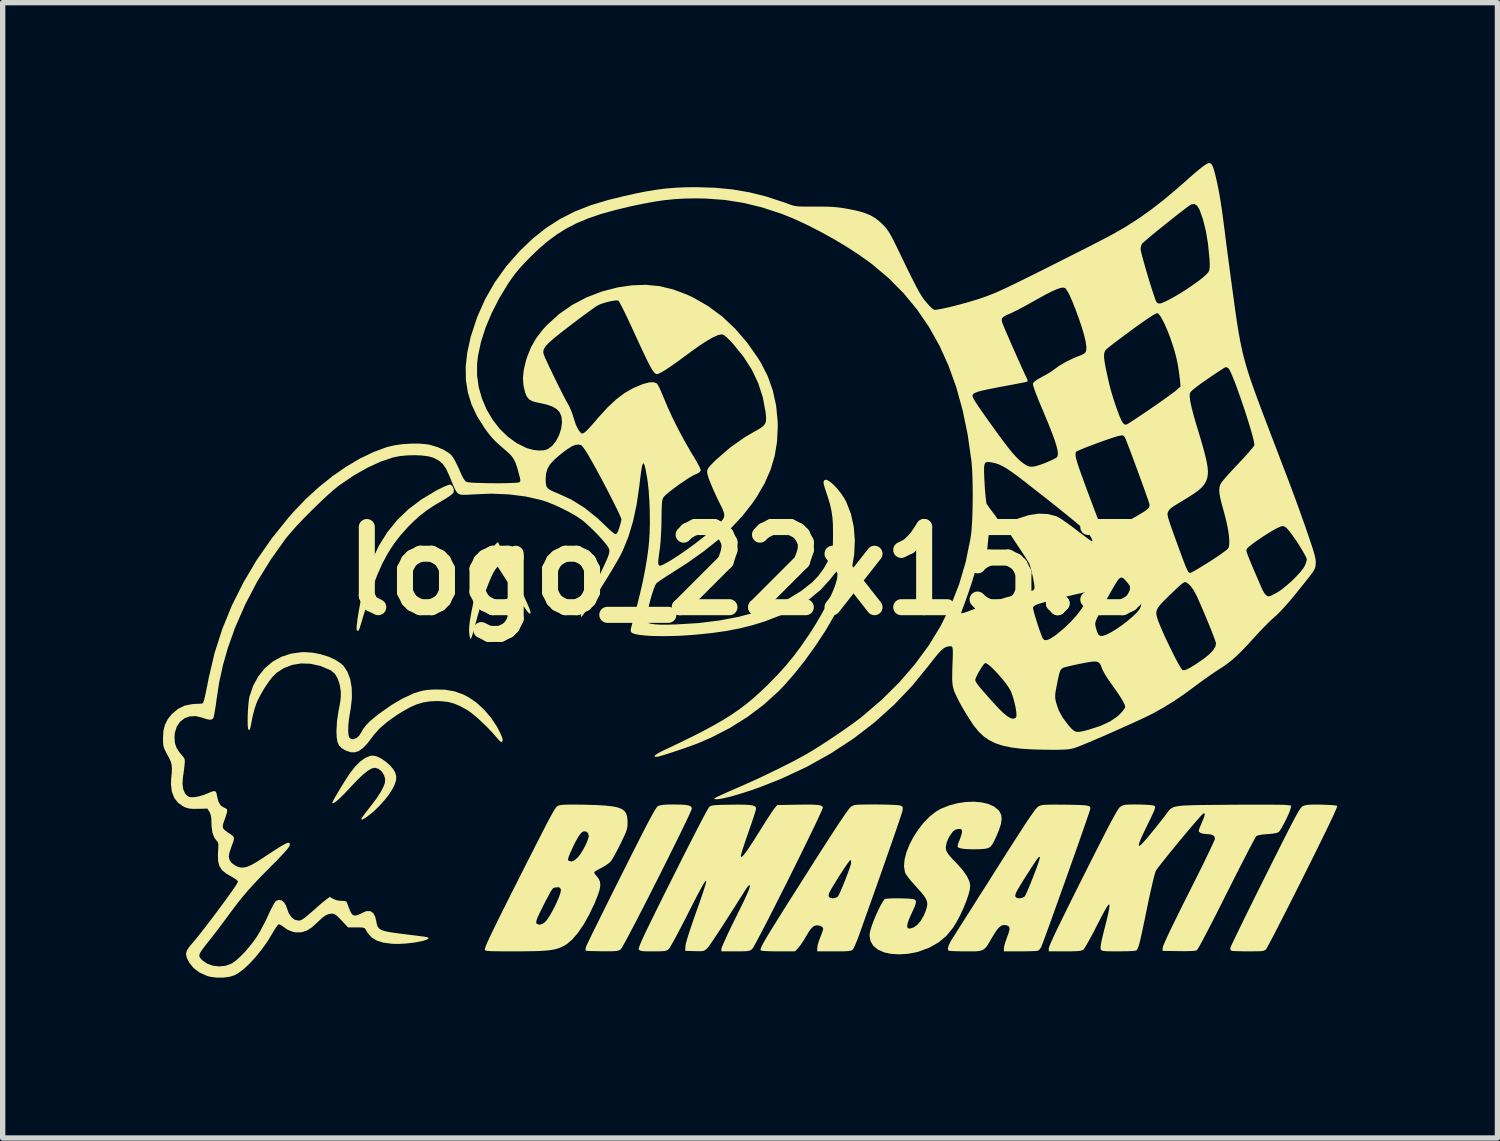
<source format=kicad_pcb>
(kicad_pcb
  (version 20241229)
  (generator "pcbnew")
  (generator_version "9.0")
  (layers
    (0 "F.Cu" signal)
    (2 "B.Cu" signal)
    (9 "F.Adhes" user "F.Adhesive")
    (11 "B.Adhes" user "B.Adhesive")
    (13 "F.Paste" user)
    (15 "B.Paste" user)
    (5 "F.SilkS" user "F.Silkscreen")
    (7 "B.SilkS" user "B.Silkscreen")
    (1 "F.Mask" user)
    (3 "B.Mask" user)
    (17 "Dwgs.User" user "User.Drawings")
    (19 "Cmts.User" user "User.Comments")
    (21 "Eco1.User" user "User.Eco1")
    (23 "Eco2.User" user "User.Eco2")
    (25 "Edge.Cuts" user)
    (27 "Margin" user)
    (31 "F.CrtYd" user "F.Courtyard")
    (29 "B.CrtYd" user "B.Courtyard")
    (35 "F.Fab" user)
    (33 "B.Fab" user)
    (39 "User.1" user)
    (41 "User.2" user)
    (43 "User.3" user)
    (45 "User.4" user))
  (footprint "logo_22x15.3"
    (layer "F.Cu")
    (at 10.992 7.633)
    (property "Reference" "logo_22x15.3" (at 0 0 0) (layer "F.SilkS") (effects (font (size 1.5 1.5) (thickness 0.3))))
    (attr board_only exclude_from_pos_files exclude_from_bom)
    (fp_poly (pts (xy -5.574 -1.583) (xy -5.552 -1.531) (xy -5.553 -1.476) (xy -5.557 -1.465) (xy -5.583 -1.437) (xy -5.635 -1.397) (xy -5.708 -1.349) (xy -5.775 -1.31) (xy -5.935 -1.215) (xy -6.071 -1.123) (xy -6.193 -1.027) (xy -6.314 -0.917) (xy -6.404 -0.827) (xy -6.547 -0.668) (xy -6.673 -0.504) (xy -6.786 -0.329) (xy -6.889 -0.136) (xy -6.985 0.081) (xy -7.077 0.326) (xy -7.127 0.476) (xy -7.168 0.601) (xy -7.206 0.723) (xy -7.241 0.833) (xy -7.268 0.924) (xy -7.287 0.988) (xy -7.29 0.997) (xy -7.314 1.076) (xy -7.335 1.117) (xy -7.353 1.123) (xy -7.369 1.098) (xy -7.37 1.066) (xy -7.365 1.001) (xy -7.354 0.911) (xy -7.337 0.8) (xy -7.315 0.674) (xy -7.29 0.54) (xy -7.268 0.429) (xy -7.185 0.097) (xy -7.079 -0.205) (xy -6.948 -0.48) (xy -6.792 -0.728) (xy -6.609 -0.953) (xy -6.398 -1.156) (xy -6.156 -1.338) (xy -5.884 -1.502) (xy -5.836 -1.527) (xy -5.75 -1.569) (xy -5.679 -1.599) (xy -5.63 -1.615) (xy -5.612 -1.616)) (stroke (width 0) (type solid)) (fill yes) (layer "F.SilkS"))
    (fp_poly (pts (xy -4.611 -0.304) (xy -4.568 -0.213) (xy -4.512 -0.098) (xy -4.45 0.033) (xy -4.384 0.17) (xy -4.319 0.305) (xy -4.305 0.334) (xy -4.236 0.478) (xy -4.184 0.592) (xy -4.147 0.677) (xy -4.124 0.738) (xy -4.115 0.776) (xy -4.118 0.795) (xy -4.132 0.798) (xy -4.136 0.797) (xy -4.158 0.777) (xy -4.198 0.726) (xy -4.256 0.644) (xy -4.331 0.534) (xy -4.423 0.395) (xy -4.53 0.23) (xy -4.579 0.155) (xy -4.73 -0.082) (xy -4.774 -0.027) (xy -4.809 0.029) (xy -4.851 0.116) (xy -4.899 0.229) (xy -4.95 0.362) (xy -5.002 0.511) (xy -5.053 0.669) (xy -5.102 0.831) (xy -5.141 0.975) (xy -5.173 1.093) (xy -5.197 1.179) (xy -5.215 1.234) (xy -5.228 1.264) (xy -5.237 1.271) (xy -5.245 1.26) (xy -5.259 1.197) (xy -5.265 1.121) (xy -5.261 1.025) (xy -5.246 0.907) (xy -5.22 0.762) (xy -5.184 0.585) (xy -5.171 0.525) (xy -5.132 0.366) (xy -5.085 0.205) (xy -5.034 0.048) (xy -4.979 -0.1) (xy -4.924 -0.234) (xy -4.871 -0.348) (xy -4.821 -0.436) (xy -4.776 -0.492) (xy -4.774 -0.495) (xy -4.724 -0.541)) (stroke (width 0) (type solid)) (fill yes) (layer "F.SilkS"))
    (fp_poly (pts (xy -6.992 3.47) (xy -6.907 3.511) (xy -6.821 3.571) (xy -6.741 3.642) (xy -6.678 3.718) (xy -6.649 3.769) (xy -6.628 3.839) (xy -6.63 3.911) (xy -6.656 3.994) (xy -6.697 4.077) (xy -6.762 4.18) (xy -6.849 4.292) (xy -6.95 4.403) (xy -7.052 4.502) (xy -7.119 4.556) (xy -7.191 4.61) (xy -7.239 4.641) (xy -7.266 4.654) (xy -7.278 4.649) (xy -7.28 4.638) (xy -7.269 4.618) (xy -7.238 4.573) (xy -7.192 4.511) (xy -7.134 4.438) (xy -7.117 4.415) (xy -7.005 4.269) (xy -6.922 4.143) (xy -6.866 4.035) (xy -6.84 3.965) (xy -6.836 3.891) (xy -6.858 3.816) (xy -6.902 3.75) (xy -6.959 3.703) (xy -7.025 3.683) (xy -7.029 3.683) (xy -7.088 3.697) (xy -7.162 3.74) (xy -7.253 3.813) (xy -7.362 3.917) (xy -7.487 4.05) (xy -7.598 4.168) (xy -7.688 4.257) (xy -7.756 4.316) (xy -7.803 4.345) (xy -7.827 4.345) (xy -7.821 4.326) (xy -7.798 4.281) (xy -7.762 4.216) (xy -7.715 4.136) (xy -7.662 4.048) (xy -7.606 3.957) (xy -7.55 3.87) (xy -7.499 3.792) (xy -7.489 3.779) (xy -7.398 3.661) (xy -7.303 3.566) (xy -7.208 3.498) (xy -7.118 3.461) (xy -7.066 3.455)) (stroke (width 0) (type solid)) (fill yes) (layer "F.SilkS"))
    (fp_poly (pts (xy -1.308 4.372) (xy -1.215 4.378) (xy -1.153 4.389) (xy -1.115 4.407) (xy -1.099 4.432) (xy -1.097 4.446) (xy -1.106 4.472) (xy -1.13 4.529) (xy -1.169 4.613) (xy -1.22 4.722) (xy -1.283 4.851) (xy -1.354 4.997) (xy -1.434 5.158) (xy -1.519 5.33) (xy -1.609 5.51) (xy -1.701 5.694) (xy -1.795 5.879) (xy -1.887 6.062) (xy -1.978 6.24) (xy -2.065 6.409) (xy -2.146 6.567) (xy -2.221 6.709) (xy -2.286 6.833) (xy -2.341 6.935) (xy -2.384 7.012) (xy -2.413 7.061) (xy -2.425 7.078) (xy -2.448 7.093) (xy -2.474 7.104) (xy -2.51 7.111) (xy -2.563 7.115) (xy -2.64 7.117) (xy -2.747 7.117) (xy -2.765 7.117) (xy -2.867 7.115) (xy -2.957 7.113) (xy -3.026 7.111) (xy -3.068 7.107) (xy -3.076 7.106) (xy -3.088 7.09) (xy -3.082 7.053) (xy -3.073 7.024) (xy -3.06 6.995) (xy -3.032 6.935) (xy -2.989 6.847) (xy -2.934 6.733) (xy -2.866 6.597) (xy -2.789 6.441) (xy -2.703 6.268) (xy -2.61 6.08) (xy -2.511 5.882) (xy -2.414 5.689) (xy -2.292 5.446) (xy -2.186 5.235) (xy -2.094 5.054) (xy -2.016 4.9) (xy -1.95 4.772) (xy -1.895 4.667) (xy -1.849 4.583) (xy -1.813 4.518) (xy -1.784 4.469) (xy -1.761 4.435) (xy -1.743 4.412) (xy -1.73 4.4) (xy -1.727 4.398) (xy -1.686 4.385) (xy -1.624 4.376) (xy -1.535 4.371) (xy -1.433 4.37)) (stroke (width 0) (type solid)) (fill yes) (layer "F.SilkS"))
    (fp_poly (pts (xy 10.685 4.373) (xy 10.784 4.377) (xy 10.87 4.381) (xy 10.935 4.387) (xy 10.973 4.393) (xy 10.977 4.395) (xy 10.977 4.409) (xy 10.964 4.445) (xy 10.938 4.506) (xy 10.9 4.591) (xy 10.847 4.702) (xy 10.781 4.841) (xy 10.699 5.008) (xy 10.602 5.206) (xy 10.488 5.435) (xy 10.358 5.696) (xy 10.343 5.726) (xy 10.238 5.936) (xy 10.137 6.136) (xy 10.041 6.325) (xy 9.953 6.498) (xy 9.873 6.655) (xy 9.803 6.791) (xy 9.744 6.904) (xy 9.697 6.991) (xy 9.665 7.05) (xy 9.648 7.079) (xy 9.647 7.08) (xy 9.629 7.094) (xy 9.607 7.105) (xy 9.572 7.112) (xy 9.52 7.116) (xy 9.444 7.117) (xy 9.337 7.118) (xy 9.306 7.118) (xy 9.203 7.117) (xy 9.113 7.115) (xy 9.043 7.112) (xy 9.001 7.108) (xy 8.991 7.105) (xy 8.981 7.077) (xy 8.979 7.057) (xy 8.987 7.035) (xy 9.011 6.981) (xy 9.05 6.899) (xy 9.102 6.79) (xy 9.166 6.659) (xy 9.24 6.507) (xy 9.324 6.337) (xy 9.415 6.152) (xy 9.513 5.954) (xy 9.617 5.747) (xy 9.629 5.723) (xy 9.749 5.482) (xy 9.855 5.272) (xy 9.945 5.092) (xy 10.022 4.939) (xy 10.088 4.811) (xy 10.142 4.706) (xy 10.187 4.621) (xy 10.224 4.554) (xy 10.253 4.502) (xy 10.277 4.464) (xy 10.296 4.437) (xy 10.312 4.419) (xy 10.326 4.407) (xy 10.34 4.399) (xy 10.348 4.396) (xy 10.387 4.383) (xy 10.44 4.376) (xy 10.513 4.372) (xy 10.613 4.372)) (stroke (width 0) (type solid)) (fill yes) (layer "F.SilkS"))
    (fp_poly (pts (xy 2.478 4.371) (xy 2.595 4.374) (xy 2.692 4.378) (xy 2.763 4.383) (xy 2.803 4.389) (xy 2.806 4.39) (xy 2.84 4.407) (xy 2.851 4.432) (xy 2.846 4.48) (xy 2.846 4.48) (xy 2.84 4.506) (xy 2.824 4.555) (xy 2.8 4.63) (xy 2.766 4.73) (xy 2.723 4.857) (xy 2.669 5.012) (xy 2.605 5.195) (xy 2.53 5.409) (xy 2.444 5.655) (xy 2.346 5.932) (xy 2.236 6.242) (xy 2.113 6.587) (xy 2.037 6.802) (xy 2.002 6.896) (xy 1.968 6.978) (xy 1.939 7.042) (xy 1.918 7.08) (xy 1.914 7.083) (xy 1.898 7.096) (xy 1.873 7.106) (xy 1.836 7.112) (xy 1.778 7.116) (xy 1.696 7.118) (xy 1.581 7.118) (xy 1.565 7.118) (xy 1.25 7.118) (xy 1.25 7.053) (xy 1.257 7.004) (xy 1.277 6.934) (xy 1.305 6.859) (xy 1.308 6.851) (xy 1.335 6.782) (xy 1.354 6.724) (xy 1.361 6.687) (xy 1.361 6.684) (xy 1.34 6.658) (xy 1.298 6.638) (xy 1.298 6.638) (xy 1.242 6.63) (xy 1.193 6.642) (xy 1.147 6.679) (xy 1.097 6.744) (xy 1.047 6.827) (xy 1 6.907) (xy 0.951 6.98) (xy 0.909 7.037) (xy 0.894 7.055) (xy 0.834 7.118) (xy 0.518 7.118) (xy 0.401 7.117) (xy 0.305 7.114) (xy 0.236 7.109) (xy 0.197 7.103) (xy 0.191 7.099) (xy 0.188 7.089) (xy 0.19 7.074) (xy 0.198 7.05) (xy 0.213 7.017) (xy 0.236 6.972) (xy 0.269 6.913) (xy 0.313 6.838) (xy 0.369 6.746) (xy 0.438 6.634) (xy 0.522 6.5) (xy 0.621 6.341) (xy 0.737 6.157) (xy 0.787 6.079) (xy 1.463 6.079) (xy 1.467 6.097) (xy 1.493 6.119) (xy 1.539 6.126) (xy 1.59 6.118) (xy 1.631 6.097) (xy 1.635 6.092) (xy 1.654 6.061) (xy 1.682 6.001) (xy 1.716 5.922) (xy 1.754 5.83) (xy 1.792 5.734) (xy 1.827 5.641) (xy 1.856 5.56) (xy 1.876 5.499) (xy 1.883 5.469) (xy 1.882 5.428) (xy 1.87 5.407) (xy 1.856 5.421) (xy 1.826 5.461) (xy 1.783 5.522) (xy 1.733 5.598) (xy 1.678 5.683) (xy 1.622 5.771) (xy 1.57 5.856) (xy 1.524 5.931) (xy 1.49 5.992) (xy 1.47 6.032) (xy 1.468 6.035) (xy 1.463 6.079) (xy 0.787 6.079) (xy 0.872 5.945) (xy 1.025 5.703) (xy 1.036 5.687) (xy 1.196 5.434) (xy 1.338 5.212) (xy 1.461 5.021) (xy 1.567 4.858) (xy 1.656 4.722) (xy 1.73 4.613) (xy 1.788 4.528) (xy 1.832 4.468) (xy 1.863 4.429) (xy 1.88 4.413) (xy 1.902 4.399) (xy 1.926 4.388) (xy 1.957 4.38) (xy 2 4.375) (xy 2.061 4.372) (xy 2.145 4.371) (xy 2.259 4.37) (xy 2.349 4.37)) (stroke (width 0) (type solid)) (fill yes) (layer "F.SilkS"))
    (fp_poly (pts (xy 4.329 4.331) (xy 4.457 4.362) (xy 4.564 4.412) (xy 4.644 4.479) (xy 4.663 4.504) (xy 4.692 4.567) (xy 4.7 4.642) (xy 4.687 4.734) (xy 4.651 4.847) (xy 4.612 4.941) (xy 4.567 5.041) (xy 4.53 5.111) (xy 4.494 5.157) (xy 4.451 5.185) (xy 4.393 5.199) (xy 4.315 5.205) (xy 4.263 5.207) (xy 4.12 5.208) (xy 4.006 5.202) (xy 3.925 5.189) (xy 3.887 5.174) (xy 3.876 5.158) (xy 3.879 5.127) (xy 3.897 5.074) (xy 3.911 5.041) (xy 3.936 4.973) (xy 3.954 4.912) (xy 3.96 4.876) (xy 3.955 4.843) (xy 3.932 4.83) (xy 3.895 4.828) (xy 3.841 4.837) (xy 3.795 4.87) (xy 3.777 4.89) (xy 3.715 4.98) (xy 3.673 5.076) (xy 3.655 5.165) (xy 3.655 5.173) (xy 3.658 5.21) (xy 3.67 5.247) (xy 3.695 5.289) (xy 3.736 5.341) (xy 3.797 5.409) (xy 3.879 5.493) (xy 3.979 5.607) (xy 4.053 5.715) (xy 4.098 5.813) (xy 4.112 5.89) (xy 4.103 5.969) (xy 4.075 6.073) (xy 4.033 6.193) (xy 3.98 6.322) (xy 3.919 6.452) (xy 3.853 6.575) (xy 3.788 6.679) (xy 3.666 6.829) (xy 3.519 6.951) (xy 3.347 7.049) (xy 3.146 7.123) (xy 3.093 7.137) (xy 2.937 7.165) (xy 2.777 7.174) (xy 2.624 7.164) (xy 2.5 7.137) (xy 2.384 7.085) (xy 2.299 7.015) (xy 2.247 6.928) (xy 2.229 6.828) (xy 2.233 6.776) (xy 2.248 6.71) (xy 2.275 6.625) (xy 2.311 6.53) (xy 2.352 6.432) (xy 2.396 6.337) (xy 2.438 6.253) (xy 2.477 6.187) (xy 2.507 6.147) (xy 2.52 6.138) (xy 2.556 6.132) (xy 2.62 6.128) (xy 2.702 6.126) (xy 2.793 6.126) (xy 2.885 6.128) (xy 2.966 6.132) (xy 3.029 6.138) (xy 3.063 6.145) (xy 3.064 6.146) (xy 3.087 6.162) (xy 3.097 6.185) (xy 3.093 6.221) (xy 3.075 6.275) (xy 3.04 6.354) (xy 3.015 6.408) (xy 2.965 6.521) (xy 2.938 6.604) (xy 2.932 6.659) (xy 2.949 6.688) (xy 2.989 6.691) (xy 3.05 6.672) (xy 3.118 6.626) (xy 3.185 6.549) (xy 3.243 6.448) (xy 3.272 6.381) (xy 3.296 6.309) (xy 3.309 6.249) (xy 3.306 6.195) (xy 3.286 6.14) (xy 3.247 6.078) (xy 3.186 6.003) (xy 3.101 5.909) (xy 3.077 5.882) (xy 3.003 5.799) (xy 2.943 5.724) (xy 2.903 5.665) (xy 2.891 5.637) (xy 2.873 5.529) (xy 2.883 5.404) (xy 2.918 5.267) (xy 2.974 5.124) (xy 3.049 4.98) (xy 3.139 4.841) (xy 3.24 4.711) (xy 3.351 4.598) (xy 3.468 4.505) (xy 3.559 4.452) (xy 3.712 4.39) (xy 3.871 4.347) (xy 4.03 4.323) (xy 4.185 4.318)) (stroke (width 0) (type solid)) (fill yes) (layer "F.SilkS"))
    (fp_poly (pts (xy 5.831 4.374) (xy 5.893 4.374) (xy 6.041 4.376) (xy 6.156 4.379) (xy 6.24 4.384) (xy 6.299 4.391) (xy 6.335 4.402) (xy 6.354 4.417) (xy 6.36 4.438) (xy 6.355 4.465) (xy 6.352 4.475) (xy 6.338 4.52) (xy 6.312 4.596) (xy 6.277 4.699) (xy 6.233 4.825) (xy 6.182 4.971) (xy 6.126 5.133) (xy 6.064 5.307) (xy 5.999 5.49) (xy 5.933 5.678) (xy 5.865 5.868) (xy 5.798 6.055) (xy 5.733 6.237) (xy 5.671 6.409) (xy 5.614 6.568) (xy 5.562 6.711) (xy 5.518 6.832) (xy 5.482 6.93) (xy 5.455 7) (xy 5.44 7.039) (xy 5.437 7.044) (xy 5.408 7.085) (xy 5.381 7.106) (xy 5.352 7.11) (xy 5.292 7.114) (xy 5.208 7.116) (xy 5.109 7.118) (xy 5.046 7.118) (xy 4.742 7.118) (xy 4.742 7.062) (xy 4.749 7.018) (xy 4.767 6.952) (xy 4.794 6.875) (xy 4.802 6.853) (xy 4.834 6.765) (xy 4.848 6.703) (xy 4.844 6.664) (xy 4.82 6.641) (xy 4.79 6.63) (xy 4.739 6.624) (xy 4.693 6.638) (xy 4.647 6.674) (xy 4.596 6.738) (xy 4.537 6.832) (xy 4.524 6.853) (xy 4.47 6.946) (xy 4.428 7.015) (xy 4.389 7.062) (xy 4.348 7.092) (xy 4.296 7.109) (xy 4.227 7.117) (xy 4.134 7.118) (xy 4.026 7.118) (xy 3.921 7.117) (xy 3.83 7.115) (xy 3.76 7.112) (xy 3.716 7.108) (xy 3.705 7.105) (xy 3.693 7.066) (xy 3.709 7.003) (xy 3.754 6.917) (xy 3.764 6.901) (xy 3.786 6.866) (xy 3.827 6.802) (xy 3.884 6.712) (xy 3.956 6.598) (xy 4.042 6.463) (xy 4.139 6.31) (xy 4.245 6.142) (xy 4.29 6.071) (xy 4.955 6.071) (xy 4.957 6.09) (xy 4.959 6.096) (xy 4.985 6.118) (xy 5.032 6.126) (xy 5.083 6.118) (xy 5.125 6.096) (xy 5.13 6.092) (xy 5.147 6.063) (xy 5.173 6.007) (xy 5.206 5.931) (xy 5.244 5.84) (xy 5.283 5.741) (xy 5.321 5.642) (xy 5.357 5.548) (xy 5.386 5.466) (xy 5.406 5.402) (xy 5.416 5.364) (xy 5.416 5.356) (xy 5.408 5.35) (xy 5.396 5.354) (xy 5.378 5.374) (xy 5.35 5.411) (xy 5.31 5.469) (xy 5.256 5.553) (xy 5.184 5.665) (xy 5.174 5.682) (xy 5.098 5.801) (xy 5.042 5.893) (xy 5.001 5.962) (xy 4.975 6.011) (xy 4.96 6.046) (xy 4.955 6.071) (xy 4.29 6.071) (xy 4.36 5.962) (xy 4.48 5.773) (xy 4.58 5.614) (xy 4.725 5.386) (xy 4.851 5.188) (xy 4.96 5.018) (xy 5.053 4.874) (xy 5.131 4.753) (xy 5.196 4.655) (xy 5.25 4.577) (xy 5.293 4.516) (xy 5.327 4.47) (xy 5.354 4.438) (xy 5.374 4.417) (xy 5.39 4.405) (xy 5.391 4.405) (xy 5.416 4.393) (xy 5.444 4.384) (xy 5.482 4.378) (xy 5.534 4.375) (xy 5.606 4.373) (xy 5.703 4.372)) (stroke (width 0) (type solid)) (fill yes) (layer "F.SilkS"))
    (fp_poly (pts (xy -8.196 1.529) (xy -8.042 1.559) (xy -7.896 1.604) (xy -7.767 1.663) (xy -7.662 1.732) (xy -7.617 1.774) (xy -7.541 1.886) (xy -7.489 2.025) (xy -7.461 2.187) (xy -7.457 2.371) (xy -7.479 2.573) (xy -7.488 2.624) (xy -7.511 2.761) (xy -7.524 2.885) (xy -7.527 2.99) (xy -7.521 3.069) (xy -7.509 3.112) (xy -7.474 3.145) (xy -7.426 3.149) (xy -7.372 3.127) (xy -7.321 3.082) (xy -7.285 3.025) (xy -7.244 2.953) (xy -7.191 2.885) (xy -7.122 2.814) (xy -7.028 2.735) (xy -6.95 2.673) (xy -6.722 2.512) (xy -6.507 2.386) (xy -6.307 2.294) (xy -6.293 2.289) (xy -6.204 2.259) (xy -6.127 2.239) (xy -6.045 2.227) (xy -5.943 2.22) (xy -5.915 2.218) (xy -5.719 2.222) (xy -5.542 2.252) (xy -5.375 2.311) (xy -5.28 2.36) (xy -5.13 2.461) (xy -4.986 2.593) (xy -4.855 2.746) (xy -4.744 2.912) (xy -4.674 3.05) (xy -4.646 3.118) (xy -4.636 3.16) (xy -4.64 3.185) (xy -4.646 3.193) (xy -4.665 3.2) (xy -4.691 3.183) (xy -4.73 3.14) (xy -4.738 3.13) (xy -4.817 3.038) (xy -4.911 2.939) (xy -5.012 2.84) (xy -5.113 2.747) (xy -5.207 2.669) (xy -5.286 2.611) (xy -5.305 2.599) (xy -5.435 2.528) (xy -5.549 2.48) (xy -5.66 2.451) (xy -5.782 2.438) (xy -5.859 2.435) (xy -5.996 2.44) (xy -6.123 2.46) (xy -6.248 2.498) (xy -6.377 2.555) (xy -6.52 2.636) (xy -6.622 2.7) (xy -6.798 2.826) (xy -6.939 2.947) (xy -7.047 3.068) (xy -7.073 3.102) (xy -7.165 3.224) (xy -7.249 3.313) (xy -7.327 3.369) (xy -7.404 3.394) (xy -7.483 3.392) (xy -7.569 3.362) (xy -7.586 3.354) (xy -7.652 3.313) (xy -7.699 3.264) (xy -7.728 3.199) (xy -7.742 3.112) (xy -7.747 2.996) (xy -7.746 2.987) (xy -7.736 2.805) (xy -7.708 2.62) (xy -7.704 2.601) (xy -7.678 2.464) (xy -7.665 2.351) (xy -7.666 2.253) (xy -7.68 2.158) (xy -7.691 2.11) (xy -7.729 2.001) (xy -7.779 1.922) (xy -7.848 1.864) (xy -7.876 1.849) (xy -8.054 1.776) (xy -8.232 1.737) (xy -8.407 1.731) (xy -8.574 1.758) (xy -8.729 1.817) (xy -8.869 1.908) (xy -8.882 1.92) (xy -8.947 1.987) (xy -9.018 2.08) (xy -9.092 2.189) (xy -9.16 2.305) (xy -9.218 2.417) (xy -9.245 2.481) (xy -9.276 2.573) (xy -9.305 2.68) (xy -9.328 2.783) (xy -9.33 2.794) (xy -9.346 2.884) (xy -9.359 2.94) (xy -9.37 2.97) (xy -9.382 2.977) (xy -9.394 2.969) (xy -9.402 2.941) (xy -9.407 2.883) (xy -9.408 2.804) (xy -9.407 2.711) (xy -9.403 2.612) (xy -9.396 2.515) (xy -9.387 2.43) (xy -9.377 2.363) (xy -9.373 2.347) (xy -9.304 2.146) (xy -9.207 1.97) (xy -9.086 1.82) (xy -8.942 1.698) (xy -8.778 1.607) (xy -8.596 1.547) (xy -8.397 1.52) (xy -8.349 1.519)) (stroke (width 0) (type solid)) (fill yes) (layer "F.SilkS"))
    (fp_poly (pts (xy -3.117 4.374) (xy -3.073 4.375) (xy -2.879 4.381) (xy -2.72 4.39) (xy -2.592 4.404) (xy -2.492 4.423) (xy -2.418 4.45) (xy -2.364 4.485) (xy -2.329 4.531) (xy -2.309 4.587) (xy -2.301 4.657) (xy -2.3 4.699) (xy -2.3 4.752) (xy -2.305 4.798) (xy -2.315 4.843) (xy -2.334 4.897) (xy -2.364 4.965) (xy -2.408 5.058) (xy -2.43 5.103) (xy -2.479 5.201) (xy -2.527 5.291) (xy -2.569 5.366) (xy -2.601 5.418) (xy -2.611 5.432) (xy -2.655 5.472) (xy -2.72 5.517) (xy -2.788 5.555) (xy -2.85 5.588) (xy -2.898 5.616) (xy -2.922 5.634) (xy -2.923 5.635) (xy -2.918 5.658) (xy -2.892 5.695) (xy -2.883 5.704) (xy -2.841 5.758) (xy -2.816 5.814) (xy -2.809 5.88) (xy -2.821 5.959) (xy -2.852 6.059) (xy -2.902 6.184) (xy -2.919 6.225) (xy -3.02 6.435) (xy -3.123 6.618) (xy -3.229 6.773) (xy -3.334 6.895) (xy -3.437 6.983) (xy -3.48 7.01) (xy -3.537 7.038) (xy -3.595 7.062) (xy -3.66 7.08) (xy -3.735 7.094) (xy -3.826 7.104) (xy -3.937 7.111) (xy -4.073 7.115) (xy -4.239 7.117) (xy -4.403 7.118) (xy -4.567 7.118) (xy -4.696 7.117) (xy -4.794 7.116) (xy -4.867 7.114) (xy -4.917 7.11) (xy -4.948 7.105) (xy -4.965 7.099) (xy -4.971 7.091) (xy -4.971 7.088) (xy -4.968 7.069) (xy -4.959 7.038) (xy -4.942 6.995) (xy -4.917 6.936) (xy -4.882 6.86) (xy -4.837 6.765) (xy -4.78 6.649) (xy -4.742 6.571) (xy -4.009 6.571) (xy -4.006 6.594) (xy -3.996 6.604) (xy -3.947 6.62) (xy -3.893 6.605) (xy -3.841 6.567) (xy -3.804 6.524) (xy -3.759 6.457) (xy -3.711 6.373) (xy -3.663 6.281) (xy -3.619 6.188) (xy -3.582 6.101) (xy -3.557 6.029) (xy -3.546 5.978) (xy -3.547 5.965) (xy -3.561 5.931) (xy -3.585 5.919) (xy -3.631 5.92) (xy -3.659 5.923) (xy -3.682 5.931) (xy -3.703 5.949) (xy -3.727 5.982) (xy -3.758 6.036) (xy -3.8 6.116) (xy -3.831 6.173) (xy -3.897 6.304) (xy -3.947 6.405) (xy -3.982 6.481) (xy -4.002 6.535) (xy -4.009 6.571) (xy -4.742 6.571) (xy -4.712 6.509) (xy -4.63 6.345) (xy -4.534 6.153) (xy -4.422 5.931) (xy -4.295 5.679) (xy -4.244 5.578) (xy -4.146 5.385) (xy -3.413 5.385) (xy -3.412 5.411) (xy -3.403 5.422) (xy -3.354 5.438) (xy -3.302 5.421) (xy -3.241 5.371) (xy -3.232 5.362) (xy -3.187 5.305) (xy -3.139 5.23) (xy -3.093 5.146) (xy -3.056 5.065) (xy -3.031 4.996) (xy -3.025 4.957) (xy -3.04 4.903) (xy -3.079 4.874) (xy -3.128 4.874) (xy -3.166 4.9) (xy -3.214 4.963) (xy -3.271 5.062) (xy -3.336 5.195) (xy -3.368 5.267) (xy -3.398 5.339) (xy -3.413 5.385) (xy -4.146 5.385) (xy -4.128 5.351) (xy -4.029 5.155) (xy -3.944 4.988) (xy -3.872 4.848) (xy -3.813 4.732) (xy -3.763 4.638) (xy -3.723 4.564) (xy -3.691 4.507) (xy -3.665 4.465) (xy -3.644 4.435) (xy -3.627 4.414) (xy -3.612 4.401) (xy -3.599 4.394) (xy -3.585 4.388) (xy -3.583 4.388) (xy -3.544 4.38) (xy -3.481 4.374) (xy -3.391 4.372) (xy -3.271 4.372)) (stroke (width 0) (type solid)) (fill yes) (layer "F.SilkS"))
    (fp_poly (pts (xy 1.127 4.372) (xy 1.213 4.375) (xy 1.274 4.381) (xy 1.315 4.39) (xy 1.34 4.403) (xy 1.354 4.421) (xy 1.355 4.423) (xy 1.349 4.445) (xy 1.327 4.498) (xy 1.29 4.579) (xy 1.242 4.684) (xy 1.182 4.81) (xy 1.112 4.953) (xy 1.035 5.112) (xy 0.952 5.282) (xy 0.864 5.46) (xy 0.773 5.643) (xy 0.681 5.829) (xy 0.588 6.012) (xy 0.498 6.191) (xy 0.411 6.363) (xy 0.329 6.523) (xy 0.253 6.669) (xy 0.186 6.798) (xy 0.129 6.906) (xy 0.083 6.991) (xy 0.05 7.048) (xy 0.031 7.075) (xy 0.031 7.075) (xy 0.01 7.092) (xy -0.014 7.104) (xy -0.048 7.112) (xy -0.099 7.116) (xy -0.174 7.118) (xy -0.279 7.118) (xy -0.544 7.118) (xy -0.544 7.072) (xy -0.536 7.043) (xy -0.512 6.986) (xy -0.475 6.903) (xy -0.428 6.8) (xy -0.371 6.681) (xy -0.308 6.551) (xy -0.277 6.489) (xy -0.195 6.323) (xy -0.129 6.189) (xy -0.08 6.083) (xy -0.044 6.002) (xy -0.022 5.944) (xy -0.012 5.905) (xy -0.013 5.884) (xy -0.023 5.878) (xy -0.024 5.878) (xy -0.04 5.893) (xy -0.07 5.932) (xy -0.107 5.987) (xy -0.107 5.988) (xy -0.243 6.204) (xy -0.368 6.4) (xy -0.48 6.575) (xy -0.578 6.726) (xy -0.661 6.852) (xy -0.728 6.951) (xy -0.778 7.021) (xy -0.809 7.061) (xy -0.814 7.066) (xy -0.843 7.091) (xy -0.87 7.107) (xy -0.906 7.114) (xy -0.96 7.116) (xy -1.043 7.114) (xy -1.046 7.114) (xy -1.221 7.109) (xy -1.217 7.023) (xy -1.21 6.978) (xy -1.189 6.901) (xy -1.156 6.795) (xy -1.113 6.663) (xy -1.06 6.508) (xy -1.013 6.375) (xy -0.949 6.196) (xy -0.899 6.049) (xy -0.862 5.936) (xy -0.838 5.856) (xy -0.828 5.809) (xy -0.833 5.795) (xy -0.852 5.815) (xy -0.885 5.868) (xy -0.934 5.956) (xy -0.999 6.077) (xy -1.079 6.233) (xy -1.175 6.422) (xy -1.194 6.46) (xy -1.265 6.598) (xy -1.332 6.727) (xy -1.393 6.842) (xy -1.446 6.939) (xy -1.489 7.013) (xy -1.518 7.061) (xy -1.53 7.075) (xy -1.552 7.093) (xy -1.577 7.105) (xy -1.613 7.112) (xy -1.667 7.116) (xy -1.746 7.118) (xy -1.823 7.118) (xy -1.925 7.118) (xy -1.995 7.116) (xy -2.04 7.111) (xy -2.067 7.103) (xy -2.083 7.091) (xy -2.089 7.081) (xy -2.091 7.069) (xy -2.086 7.048) (xy -2.075 7.015) (xy -2.056 6.967) (xy -2.029 6.904) (xy -1.991 6.823) (xy -1.943 6.721) (xy -1.882 6.596) (xy -1.809 6.447) (xy -1.722 6.271) (xy -1.62 6.065) (xy -1.502 5.829) (xy -1.462 5.75) (xy -1.358 5.542) (xy -1.258 5.343) (xy -1.163 5.156) (xy -1.075 4.984) (xy -0.996 4.83) (xy -0.926 4.696) (xy -0.868 4.585) (xy -0.822 4.5) (xy -0.79 4.444) (xy -0.774 4.418) (xy -0.773 4.418) (xy -0.756 4.404) (xy -0.733 4.394) (xy -0.699 4.387) (xy -0.649 4.382) (xy -0.577 4.378) (xy -0.477 4.376) (xy -0.365 4.374) (xy -0.216 4.372) (xy -0.101 4.374) (xy -0.016 4.379) (xy 0.043 4.388) (xy 0.08 4.402) (xy 0.099 4.421) (xy 0.105 4.446) (xy 0.105 4.446) (xy 0.099 4.475) (xy 0.082 4.534) (xy 0.055 4.617) (xy 0.021 4.719) (xy -0.019 4.835) (xy -0.038 4.89) (xy -0.08 5.009) (xy -0.116 5.118) (xy -0.147 5.21) (xy -0.168 5.281) (xy -0.18 5.323) (xy -0.181 5.332) (xy -0.175 5.352) (xy -0.156 5.345) (xy -0.122 5.31) (xy -0.074 5.247) (xy -0.01 5.153) (xy 0.071 5.028) (xy 0.158 4.89) (xy 0.228 4.778) (xy 0.295 4.672) (xy 0.355 4.58) (xy 0.404 4.507) (xy 0.438 4.457) (xy 0.45 4.442) (xy 0.501 4.38) (xy 0.861 4.374) (xy 1.011 4.372)) (stroke (width 0) (type solid)) (fill yes) (layer "F.SilkS"))
    (fp_poly (pts (xy 7.292 4.371) (xy 7.385 4.374) (xy 7.461 4.379) (xy 7.498 4.382) (xy 7.532 4.387) (xy 7.556 4.393) (xy 7.57 4.405) (xy 7.572 4.427) (xy 7.562 4.465) (xy 7.538 4.521) (xy 7.501 4.602) (xy 7.448 4.71) (xy 7.423 4.761) (xy 7.355 4.903) (xy 7.305 5.012) (xy 7.275 5.089) (xy 7.265 5.133) (xy 7.274 5.146) (xy 7.302 5.128) (xy 7.351 5.079) (xy 7.421 5) (xy 7.505 4.898) (xy 7.578 4.807) (xy 7.65 4.717) (xy 7.714 4.636) (xy 7.763 4.572) (xy 7.776 4.555) (xy 7.803 4.518) (xy 7.827 4.487) (xy 7.85 4.461) (xy 7.877 4.44) (xy 7.91 4.423) (xy 7.953 4.41) (xy 8.009 4.4) (xy 8.081 4.392) (xy 8.173 4.387) (xy 8.288 4.383) (xy 8.429 4.38) (xy 8.6 4.378) (xy 8.803 4.377) (xy 8.949 4.375) (xy 9.141 4.374) (xy 9.325 4.373) (xy 9.496 4.373) (xy 9.65 4.373) (xy 9.783 4.374) (xy 9.891 4.375) (xy 9.97 4.376) (xy 10.016 4.379) (xy 10.021 4.379) (xy 10.119 4.391) (xy 10.105 4.452) (xy 10.089 4.501) (xy 10.06 4.57) (xy 10.022 4.649) (xy 9.981 4.73) (xy 9.941 4.803) (xy 9.907 4.858) (xy 9.884 4.886) (xy 9.844 4.903) (xy 9.77 4.916) (xy 9.675 4.924) (xy 9.575 4.933) (xy 9.503 4.946) (xy 9.466 4.961) (xy 9.451 4.983) (xy 9.422 5.036) (xy 9.379 5.117) (xy 9.323 5.222) (xy 9.257 5.351) (xy 9.181 5.498) (xy 9.098 5.661) (xy 9.009 5.837) (xy 8.916 6.023) (xy 8.91 6.033) (xy 8.796 6.261) (xy 8.693 6.465) (xy 8.602 6.642) (xy 8.523 6.793) (xy 8.459 6.915) (xy 8.408 7.008) (xy 8.372 7.069) (xy 8.352 7.097) (xy 8.35 7.099) (xy 8.314 7.107) (xy 8.243 7.112) (xy 8.143 7.115) (xy 8.016 7.114) (xy 8.011 7.114) (xy 7.71 7.109) (xy 7.715 7.043) (xy 7.725 7.011) (xy 7.752 6.947) (xy 7.794 6.854) (xy 7.851 6.732) (xy 7.923 6.585) (xy 8.007 6.413) (xy 8.103 6.219) (xy 8.206 6.015) (xy 8.296 5.836) (xy 8.381 5.666) (xy 8.459 5.509) (xy 8.528 5.367) (xy 8.587 5.244) (xy 8.634 5.144) (xy 8.669 5.068) (xy 8.688 5.022) (xy 8.692 5.008) (xy 8.676 4.961) (xy 8.626 4.933) (xy 8.542 4.924) (xy 8.54 4.924) (xy 8.469 4.917) (xy 8.416 4.899) (xy 8.389 4.873) (xy 8.387 4.864) (xy 8.394 4.838) (xy 8.413 4.787) (xy 8.441 4.722) (xy 8.444 4.714) (xy 8.481 4.624) (xy 8.5 4.565) (xy 8.499 4.537) (xy 8.479 4.537) (xy 8.466 4.546) (xy 8.441 4.569) (xy 8.397 4.618) (xy 8.336 4.688) (xy 8.261 4.775) (xy 8.177 4.874) (xy 8.087 4.982) (xy 7.995 5.093) (xy 7.904 5.204) (xy 7.818 5.31) (xy 7.74 5.407) (xy 7.674 5.491) (xy 7.623 5.557) (xy 7.592 5.601) (xy 7.584 5.613) (xy 7.572 5.649) (xy 7.553 5.717) (xy 7.529 5.813) (xy 7.502 5.931) (xy 7.471 6.068) (xy 7.439 6.218) (xy 7.412 6.349) (xy 7.374 6.535) (xy 7.342 6.686) (xy 7.316 6.807) (xy 7.295 6.901) (xy 7.277 6.973) (xy 7.262 7.024) (xy 7.248 7.06) (xy 7.235 7.084) (xy 7.222 7.098) (xy 7.215 7.104) (xy 7.19 7.108) (xy 7.133 7.112) (xy 7.053 7.116) (xy 6.954 7.117) (xy 6.885 7.118) (xy 6.769 7.118) (xy 6.686 7.116) (xy 6.629 7.113) (xy 6.593 7.108) (xy 6.572 7.1) (xy 6.56 7.088) (xy 6.556 7.081) (xy 6.551 7.058) (xy 6.553 7.016) (xy 6.564 6.953) (xy 6.583 6.863) (xy 6.613 6.742) (xy 6.62 6.714) (xy 6.662 6.547) (xy 6.693 6.416) (xy 6.712 6.321) (xy 6.719 6.262) (xy 6.713 6.238) (xy 6.695 6.25) (xy 6.662 6.297) (xy 6.616 6.379) (xy 6.554 6.495) (xy 6.48 6.64) (xy 6.42 6.758) (xy 6.362 6.865) (xy 6.311 6.957) (xy 6.269 7.029) (xy 6.239 7.075) (xy 6.226 7.089) (xy 6.202 7.1) (xy 6.164 7.109) (xy 6.106 7.114) (xy 6.023 7.117) (xy 5.909 7.118) (xy 5.883 7.118) (xy 5.582 7.118) (xy 5.582 7.059) (xy 5.591 7.029) (xy 5.617 6.965) (xy 5.66 6.869) (xy 5.721 6.739) (xy 5.8 6.576) (xy 5.896 6.38) (xy 6.01 6.15) (xy 6.141 5.887) (xy 6.221 5.728) (xy 6.345 5.481) (xy 6.453 5.267) (xy 6.547 5.082) (xy 6.627 4.925) (xy 6.695 4.794) (xy 6.752 4.686) (xy 6.799 4.599) (xy 6.836 4.532) (xy 6.867 4.482) (xy 6.89 4.446) (xy 6.908 4.424) (xy 6.92 4.413) (xy 6.951 4.394) (xy 6.984 4.382) (xy 7.029 4.374) (xy 7.095 4.371) (xy 7.189 4.37) (xy 7.195 4.37)) (stroke (width 0) (type solid)) (fill yes) (layer "F.SilkS"))
    (fp_poly (pts (xy 8.612 -7.625) (xy 8.636 -7.598) (xy 8.659 -7.547) (xy 8.683 -7.469) (xy 8.71 -7.36) (xy 8.728 -7.28) (xy 8.751 -7.17) (xy 8.772 -7.062) (xy 8.791 -6.952) (xy 8.81 -6.831) (xy 8.83 -6.693) (xy 8.851 -6.533) (xy 8.876 -6.343) (xy 8.884 -6.278) (xy 8.896 -6.179) (xy 8.913 -6.049) (xy 8.933 -5.897) (xy 8.955 -5.731) (xy 8.978 -5.558) (xy 9.001 -5.387) (xy 9.008 -5.334) (xy 9.043 -5.079) (xy 9.074 -4.855) (xy 9.103 -4.658) (xy 9.131 -4.481) (xy 9.16 -4.321) (xy 9.19 -4.172) (xy 9.223 -4.03) (xy 9.261 -3.889) (xy 9.303 -3.746) (xy 9.352 -3.594) (xy 9.41 -3.429) (xy 9.476 -3.246) (xy 9.553 -3.04) (xy 9.641 -2.807) (xy 9.704 -2.643) (xy 9.768 -2.475) (xy 9.836 -2.298) (xy 9.904 -2.119) (xy 9.969 -1.948) (xy 10.029 -1.793) (xy 10.078 -1.663) (xy 10.09 -1.632) (xy 10.141 -1.495) (xy 10.201 -1.334) (xy 10.264 -1.16) (xy 10.327 -0.982) (xy 10.387 -0.814) (xy 10.414 -0.735) (xy 10.466 -0.584) (xy 10.506 -0.464) (xy 10.535 -0.371) (xy 10.556 -0.299) (xy 10.569 -0.244) (xy 10.576 -0.2) (xy 10.578 -0.164) (xy 10.577 -0.138) (xy 10.574 -0.106) (xy 10.57 -0.078) (xy 10.562 -0.051) (xy 10.548 -0.021) (xy 10.525 0.017) (xy 10.49 0.066) (xy 10.441 0.13) (xy 10.375 0.213) (xy 10.291 0.318) (xy 10.198 0.433) (xy 10.096 0.556) (xy 9.998 0.668) (xy 9.912 0.761) (xy 9.84 0.832) (xy 9.809 0.859) (xy 9.755 0.907) (xy 9.682 0.977) (xy 9.598 1.063) (xy 9.508 1.157) (xy 9.423 1.25) (xy 9.297 1.388) (xy 9.189 1.5) (xy 9.094 1.593) (xy 9.006 1.671) (xy 8.918 1.74) (xy 8.826 1.803) (xy 8.762 1.844) (xy 8.688 1.893) (xy 8.593 1.958) (xy 8.487 2.032) (xy 8.38 2.111) (xy 8.318 2.157) (xy 8.115 2.306) (xy 7.927 2.434) (xy 7.742 2.548) (xy 7.551 2.656) (xy 7.546 2.659) (xy 7.477 2.694) (xy 7.382 2.74) (xy 7.266 2.794) (xy 7.134 2.855) (xy 6.99 2.919) (xy 6.841 2.986) (xy 6.691 3.052) (xy 6.545 3.116) (xy 6.408 3.174) (xy 6.285 3.226) (xy 6.183 3.268) (xy 6.104 3.298) (xy 6.056 3.315) (xy 6.007 3.327) (xy 5.954 3.336) (xy 5.89 3.342) (xy 5.809 3.345) (xy 5.704 3.347) (xy 5.568 3.346) (xy 5.544 3.346) (xy 5.292 3.34) (xy 5.074 3.327) (xy 4.886 3.304) (xy 4.725 3.271) (xy 4.586 3.225) (xy 4.466 3.166) (xy 4.361 3.093) (xy 4.268 3.004) (xy 4.182 2.898) (xy 4.152 2.855) (xy 4.066 2.722) (xy 3.985 2.589) (xy 3.914 2.463) (xy 3.857 2.35) (xy 3.815 2.257) (xy 3.798 2.204) (xy 3.786 2.154) (xy 3.779 2.099) (xy 3.775 2.035) (xy 4.208 2.035) (xy 4.209 2.053) (xy 4.216 2.072) (xy 4.231 2.098) (xy 4.256 2.133) (xy 4.295 2.181) (xy 4.351 2.246) (xy 4.426 2.332) (xy 4.524 2.443) (xy 4.529 2.448) (xy 4.642 2.571) (xy 4.737 2.663) (xy 4.815 2.725) (xy 4.877 2.759) (xy 4.927 2.765) (xy 4.965 2.746) (xy 4.971 2.739) (xy 4.978 2.706) (xy 4.975 2.646) (xy 4.963 2.567) (xy 4.944 2.477) (xy 4.92 2.385) (xy 4.906 2.341) (xy 5.701 2.341) (xy 5.704 2.386) (xy 5.712 2.433) (xy 5.723 2.476) (xy 5.769 2.611) (xy 5.841 2.743) (xy 5.943 2.879) (xy 5.967 2.907) (xy 6.014 2.958) (xy 6.053 2.991) (xy 6.093 3.009) (xy 6.143 3.012) (xy 6.209 3.001) (xy 6.302 2.978) (xy 6.345 2.966) (xy 6.554 2.898) (xy 6.727 2.817) (xy 6.865 2.723) (xy 6.912 2.68) (xy 6.961 2.626) (xy 6.997 2.578) (xy 7.013 2.545) (xy 7.013 2.543) (xy 7.001 2.5) (xy 6.966 2.431) (xy 6.91 2.339) (xy 6.834 2.227) (xy 6.747 2.106) (xy 6.69 2.024) (xy 6.638 1.942) (xy 6.598 1.87) (xy 6.579 1.828) (xy 6.558 1.771) (xy 6.535 1.731) (xy 6.506 1.706) (xy 6.464 1.695) (xy 6.404 1.696) (xy 6.319 1.708) (xy 6.204 1.73) (xy 6.174 1.736) (xy 6.071 1.757) (xy 5.979 1.778) (xy 5.906 1.796) (xy 5.859 1.809) (xy 5.848 1.814) (xy 5.824 1.83) (xy 5.805 1.853) (xy 5.788 1.89) (xy 5.772 1.946) (xy 5.753 2.029) (xy 5.735 2.124) (xy 5.716 2.22) (xy 5.705 2.289) (xy 5.701 2.341) (xy 4.906 2.341) (xy 4.892 2.301) (xy 4.87 2.245) (xy 4.835 2.185) (xy 4.785 2.112) (xy 4.723 2.033) (xy 4.654 1.953) (xy 4.584 1.877) (xy 4.518 1.81) (xy 4.46 1.759) (xy 4.415 1.729) (xy 4.392 1.723) (xy 4.369 1.744) (xy 4.335 1.789) (xy 4.297 1.849) (xy 4.259 1.914) (xy 4.229 1.975) (xy 4.21 2.02) (xy 4.208 2.035) (xy 3.775 2.035) (xy 3.775 2.032) (xy 3.775 1.947) (xy 3.777 1.835) (xy 3.78 1.751) (xy 3.785 1.628) (xy 3.787 1.538) (xy 3.786 1.476) (xy 3.781 1.437) (xy 3.769 1.416) (xy 3.751 1.409) (xy 3.725 1.409) (xy 3.702 1.412) (xy 3.662 1.422) (xy 3.619 1.445) (xy 3.571 1.485) (xy 3.514 1.545) (xy 3.444 1.63) (xy 3.357 1.742) (xy 3.339 1.765) (xy 3.028 2.147) (xy 2.689 2.503) (xy 2.323 2.833) (xy 1.929 3.136) (xy 1.508 3.412) (xy 1.061 3.662) (xy 0.587 3.884) (xy 0.184 4.044) (xy 0.027 4.1) (xy -0.124 4.149) (xy -0.264 4.192) (xy -0.391 4.227) (xy -0.499 4.252) (xy -0.585 4.268) (xy -0.645 4.273) (xy -0.675 4.265) (xy -0.677 4.259) (xy -0.661 4.248) (xy -0.614 4.223) (xy -0.541 4.189) (xy -0.448 4.147) (xy -0.339 4.099) (xy -0.262 4.066) (xy -0.05 3.972) (xy 0.17 3.872) (xy 0.39 3.767) (xy 0.602 3.663) (xy 0.799 3.563) (xy 0.971 3.47) (xy 1.05 3.426) (xy 1.177 3.351) (xy 1.323 3.259) (xy 1.479 3.157) (xy 1.639 3.05) (xy 1.792 2.944) (xy 1.932 2.844) (xy 2.051 2.755) (xy 2.09 2.724) (xy 2.455 2.412) (xy 2.784 2.086) (xy 3.077 1.747) (xy 3.336 1.395) (xy 3.56 1.028) (xy 3.677 0.792) (xy 3.941 0.792) (xy 3.957 0.792) (xy 4.003 0.78) (xy 4.072 0.757) (xy 4.159 0.724) (xy 4.259 0.684) (xy 4.264 0.682) (xy 5.287 0.682) (xy 5.29 0.708) (xy 5.302 0.762) (xy 5.323 0.836) (xy 5.349 0.923) (xy 5.378 1.015) (xy 5.408 1.103) (xy 5.436 1.181) (xy 5.459 1.241) (xy 5.47 1.264) (xy 5.5 1.293) (xy 5.545 1.294) (xy 5.61 1.268) (xy 5.695 1.213) (xy 5.731 1.186) (xy 5.866 1.074) (xy 5.937 1.006) (xy 6.451 1.006) (xy 6.458 1.041) (xy 6.46 1.051) (xy 6.486 1.138) (xy 6.513 1.192) (xy 6.545 1.216) (xy 6.589 1.216) (xy 6.652 1.195) (xy 6.663 1.191) (xy 6.749 1.147) (xy 6.848 1.087) (xy 6.953 1.014) (xy 7.056 0.935) (xy 7.15 0.855) (xy 7.226 0.782) (xy 7.23 0.777) (xy 7.594 0.777) (xy 7.597 0.825) (xy 7.607 0.867) (xy 7.628 0.93) (xy 7.661 1.015) (xy 7.704 1.116) (xy 7.754 1.228) (xy 7.809 1.344) (xy 7.865 1.461) (xy 7.92 1.572) (xy 7.972 1.672) (xy 8.018 1.755) (xy 8.054 1.817) (xy 8.08 1.851) (xy 8.087 1.856) (xy 8.118 1.858) (xy 8.164 1.843) (xy 8.23 1.809) (xy 8.319 1.754) (xy 8.336 1.743) (xy 8.477 1.647) (xy 8.583 1.562) (xy 8.657 1.485) (xy 8.699 1.416) (xy 8.712 1.357) (xy 8.704 1.328) (xy 8.684 1.269) (xy 8.653 1.187) (xy 8.614 1.087) (xy 8.568 0.975) (xy 8.519 0.856) (xy 8.468 0.736) (xy 8.418 0.62) (xy 8.371 0.514) (xy 8.351 0.47) (xy 8.291 0.357) (xy 8.232 0.278) (xy 8.206 0.253) (xy 8.178 0.23) (xy 8.156 0.214) (xy 8.134 0.209) (xy 8.108 0.216) (xy 8.074 0.239) (xy 8.027 0.279) (xy 7.963 0.339) (xy 7.877 0.422) (xy 7.837 0.459) (xy 7.744 0.552) (xy 7.675 0.624) (xy 7.63 0.682) (xy 7.603 0.731) (xy 7.594 0.777) (xy 7.23 0.777) (xy 7.277 0.72) (xy 7.282 0.713) (xy 7.31 0.649) (xy 7.311 0.603) (xy 7.295 0.567) (xy 7.26 0.51) (xy 7.213 0.438) (xy 7.159 0.36) (xy 7.102 0.283) (xy 7.05 0.215) (xy 7.006 0.163) (xy 6.976 0.135) (xy 6.973 0.133) (xy 6.936 0.122) (xy 6.901 0.141) (xy 6.896 0.145) (xy 6.872 0.176) (xy 6.833 0.237) (xy 6.783 0.321) (xy 6.724 0.425) (xy 6.66 0.543) (xy 6.592 0.67) (xy 6.528 0.796) (xy 6.488 0.877) (xy 6.463 0.933) (xy 6.452 0.973) (xy 6.451 1.006) (xy 5.937 1.006) (xy 5.993 0.952) (xy 6.105 0.828) (xy 6.197 0.707) (xy 6.256 0.607) (xy 6.297 0.52) (xy 6.319 0.461) (xy 6.323 0.425) (xy 6.308 0.407) (xy 6.276 0.401) (xy 6.268 0.401) (xy 6.234 0.405) (xy 6.171 0.419) (xy 6.083 0.438) (xy 5.979 0.463) (xy 5.865 0.491) (xy 5.748 0.521) (xy 5.634 0.55) (xy 5.529 0.578) (xy 5.442 0.602) (xy 5.378 0.622) (xy 5.349 0.632) (xy 5.308 0.657) (xy 5.287 0.682) (xy 4.264 0.682) (xy 4.275 0.677) (xy 4.53 0.578) (xy 4.776 0.498) (xy 5 0.44) (xy 5.116 0.415) (xy 5.199 0.395) (xy 5.255 0.378) (xy 5.289 0.362) (xy 5.307 0.344) (xy 5.314 0.323) (xy 5.315 0.307) (xy 5.31 0.254) (xy 5.297 0.178) (xy 5.279 0.089) (xy 5.258 0.00014) (xy 5.237 -0.078) (xy 5.218 -0.135) (xy 5.212 -0.147) (xy 5.193 -0.18) (xy 5.156 -0.238) (xy 5.106 -0.315) (xy 5.046 -0.406) (xy 4.983 -0.501) (xy 4.919 -0.597) (xy 4.864 -0.683) (xy 4.82 -0.754) (xy 4.791 -0.804) (xy 4.78 -0.829) (xy 4.78 -0.829) (xy 4.789 -0.858) (xy 4.816 -0.887) (xy 4.868 -0.919) (xy 4.949 -0.956) (xy 5.005 -0.979) (xy 5.203 -1.043) (xy 5.389 -1.072) (xy 5.563 -1.065) (xy 5.723 -1.024) (xy 5.732 -1.02) (xy 5.773 -0.998) (xy 5.839 -0.956) (xy 5.92 -0.899) (xy 6.012 -0.833) (xy 6.094 -0.77) (xy 6.183 -0.702) (xy 6.263 -0.642) (xy 6.327 -0.595) (xy 6.371 -0.564) (xy 6.39 -0.554) (xy 6.398 -0.568) (xy 6.384 -0.607) (xy 6.35 -0.667) (xy 6.339 -0.684) (xy 6.31 -0.716) (xy 6.251 -0.771) (xy 6.162 -0.848) (xy 6.044 -0.946) (xy 5.897 -1.066) (xy 5.723 -1.206) (xy 5.521 -1.366) (xy 5.292 -1.545) (xy 5.139 -1.665) (xy 5.003 -1.77) (xy 4.89 -1.852) (xy 4.796 -1.916) (xy 4.716 -1.962) (xy 4.643 -1.995) (xy 4.575 -2.018) (xy 4.504 -2.032) (xy 4.484 -2.035) (xy 4.443 -2.039) (xy 4.412 -2.036) (xy 4.391 -2.019) (xy 4.378 -1.987) (xy 4.371 -1.933) (xy 4.371 -1.853) (xy 4.375 -1.744) (xy 4.381 -1.631) (xy 4.388 -1.519) (xy 4.397 -1.419) (xy 4.405 -1.338) (xy 4.413 -1.281) (xy 4.418 -1.259) (xy 4.437 -1.23) (xy 4.473 -1.179) (xy 4.521 -1.114) (xy 4.561 -1.06) (xy 4.611 -0.991) (xy 4.649 -0.934) (xy 4.672 -0.894) (xy 4.676 -0.879) (xy 4.654 -0.867) (xy 4.605 -0.85) (xy 4.539 -0.832) (xy 4.531 -0.83) (xy 4.455 -0.808) (xy 4.403 -0.783) (xy 4.369 -0.746) (xy 4.346 -0.69) (xy 4.329 -0.607) (xy 4.322 -0.563) (xy 4.29 -0.366) (xy 4.252 -0.178) (xy 4.204 0.011) (xy 4.145 0.209) (xy 4.072 0.425) (xy 4 0.626) (xy 3.973 0.697) (xy 3.953 0.753) (xy 3.942 0.787) (xy 3.941 0.792) (xy 3.677 0.792) (xy 3.749 0.646) (xy 3.905 0.248) (xy 4.027 -0.166) (xy 4.115 -0.597) (xy 4.125 -0.662) (xy 4.137 -0.764) (xy 4.146 -0.897) (xy 4.153 -1.052) (xy 4.157 -1.222) (xy 4.159 -1.399) (xy 4.158 -1.575) (xy 4.154 -1.743) (xy 4.148 -1.895) (xy 4.138 -2.023) (xy 4.134 -2.061) (xy 4.065 -2.547) (xy 3.971 -3.005) (xy 3.895 -3.278) (xy 4.155 -3.278) (xy 4.158 -3.259) (xy 4.169 -3.232) (xy 4.191 -3.193) (xy 4.224 -3.14) (xy 4.272 -3.069) (xy 4.335 -2.977) (xy 4.417 -2.861) (xy 4.52 -2.717) (xy 4.522 -2.714) (xy 4.643 -2.546) (xy 4.747 -2.406) (xy 4.835 -2.292) (xy 4.911 -2.2) (xy 4.977 -2.127) (xy 5.036 -2.069) (xy 5.091 -2.024) (xy 5.119 -2.004) (xy 5.178 -1.968) (xy 5.225 -1.952) (xy 5.276 -1.951) (xy 5.296 -1.953) (xy 5.353 -1.965) (xy 5.431 -1.989) (xy 5.516 -2.021) (xy 5.543 -2.032) (xy 5.617 -2.065) (xy 5.679 -2.094) (xy 5.72 -2.116) (xy 5.729 -2.122) (xy 5.747 -2.149) (xy 5.751 -2.182) (xy 6.082 -2.182) (xy 6.085 -2.146) (xy 6.095 -2.096) (xy 6.115 -2.028) (xy 6.143 -1.94) (xy 6.183 -1.827) (xy 6.234 -1.686) (xy 6.297 -1.513) (xy 6.304 -1.496) (xy 6.374 -1.309) (xy 6.432 -1.154) (xy 6.48 -1.029) (xy 6.519 -0.931) (xy 6.551 -0.856) (xy 6.577 -0.802) (xy 6.598 -0.765) (xy 6.617 -0.742) (xy 6.633 -0.73) (xy 6.65 -0.725) (xy 6.655 -0.725) (xy 6.684 -0.734) (xy 6.74 -0.76) (xy 6.818 -0.798) (xy 6.911 -0.848) (xy 7.013 -0.904) (xy 7.022 -0.909) (xy 7.157 -0.986) (xy 7.263 -1.047) (xy 7.308 -1.075) (xy 7.804 -1.075) (xy 7.805 -1.05) (xy 7.811 -1.014) (xy 7.825 -0.964) (xy 7.847 -0.895) (xy 7.879 -0.803) (xy 7.922 -0.683) (xy 7.969 -0.553) (xy 8.028 -0.391) (xy 8.076 -0.261) (xy 8.114 -0.16) (xy 8.144 -0.084) (xy 8.168 -0.03) (xy 8.187 0.006) (xy 8.202 0.027) (xy 8.216 0.036) (xy 8.227 0.038) (xy 8.252 0.028) (xy 8.304 0.001) (xy 8.377 -0.042) (xy 8.466 -0.096) (xy 8.566 -0.158) (xy 8.591 -0.174) (xy 8.692 -0.24) (xy 8.783 -0.301) (xy 8.858 -0.355) (xy 8.903 -0.388) (xy 9.279 -0.388) (xy 9.282 -0.367) (xy 9.292 -0.334) (xy 9.309 -0.286) (xy 9.335 -0.22) (xy 9.371 -0.133) (xy 9.418 -0.021) (xy 9.478 0.118) (xy 9.551 0.287) (xy 9.581 0.356) (xy 9.622 0.426) (xy 9.667 0.468) (xy 9.699 0.477) (xy 9.73 0.468) (xy 9.782 0.443) (xy 9.847 0.408) (xy 9.865 0.398) (xy 9.944 0.344) (xy 10.033 0.272) (xy 10.126 0.19) (xy 10.214 0.103) (xy 10.29 0.02) (xy 10.347 -0.053) (xy 10.369 -0.09) (xy 10.394 -0.149) (xy 10.409 -0.202) (xy 10.41 -0.217) (xy 10.4 -0.25) (xy 10.371 -0.307) (xy 10.328 -0.381) (xy 10.276 -0.467) (xy 10.218 -0.557) (xy 10.158 -0.644) (xy 10.101 -0.722) (xy 10.072 -0.759) (xy 10.023 -0.812) (xy 9.98 -0.836) (xy 9.954 -0.84) (xy 9.915 -0.829) (xy 9.852 -0.8) (xy 9.772 -0.756) (xy 9.682 -0.702) (xy 9.588 -0.642) (xy 9.496 -0.58) (xy 9.413 -0.521) (xy 9.345 -0.468) (xy 9.298 -0.425) (xy 9.281 -0.402) (xy 9.279 -0.388) (xy 8.903 -0.388) (xy 8.913 -0.396) (xy 8.941 -0.422) (xy 8.944 -0.425) (xy 8.958 -0.482) (xy 8.96 -0.57) (xy 8.95 -0.684) (xy 8.928 -0.819) (xy 8.895 -0.97) (xy 8.856 -1.116) (xy 8.818 -1.255) (xy 8.791 -1.364) (xy 8.776 -1.449) (xy 8.772 -1.515) (xy 8.777 -1.569) (xy 8.792 -1.616) (xy 8.798 -1.631) (xy 8.82 -1.663) (xy 8.864 -1.717) (xy 8.926 -1.788) (xy 9.002 -1.872) (xy 9.087 -1.963) (xy 9.122 -2) (xy 9.208 -2.091) (xy 9.286 -2.176) (xy 9.35 -2.25) (xy 9.398 -2.307) (xy 9.424 -2.344) (xy 9.428 -2.353) (xy 9.426 -2.389) (xy 9.413 -2.456) (xy 9.389 -2.548) (xy 9.357 -2.661) (xy 9.318 -2.789) (xy 9.274 -2.928) (xy 9.227 -3.071) (xy 9.178 -3.214) (xy 9.129 -3.353) (xy 9.083 -3.48) (xy 9.039 -3.593) (xy 9.001 -3.685) (xy 8.97 -3.752) (xy 8.947 -3.788) (xy 8.946 -3.789) (xy 8.911 -3.811) (xy 8.891 -3.813) (xy 8.867 -3.801) (xy 8.818 -3.77) (xy 8.748 -3.724) (xy 8.662 -3.667) (xy 8.566 -3.601) (xy 8.549 -3.589) (xy 8.428 -3.505) (xy 8.338 -3.438) (xy 8.275 -3.387) (xy 8.237 -3.35) (xy 8.222 -3.325) (xy 8.218 -3.267) (xy 8.229 -3.177) (xy 8.255 -3.056) (xy 8.295 -2.901) (xy 8.35 -2.712) (xy 8.362 -2.675) (xy 8.423 -2.472) (xy 8.472 -2.302) (xy 8.51 -2.16) (xy 8.537 -2.042) (xy 8.553 -1.945) (xy 8.56 -1.864) (xy 8.557 -1.796) (xy 8.546 -1.737) (xy 8.527 -1.683) (xy 8.519 -1.666) (xy 8.487 -1.613) (xy 8.443 -1.561) (xy 8.382 -1.507) (xy 8.298 -1.446) (xy 8.187 -1.375) (xy 8.11 -1.328) (xy 8.012 -1.269) (xy 7.941 -1.225) (xy 7.891 -1.192) (xy 7.859 -1.167) (xy 7.838 -1.145) (xy 7.823 -1.122) (xy 7.817 -1.112) (xy 7.809 -1.094) (xy 7.804 -1.075) (xy 7.308 -1.075) (xy 7.342 -1.095) (xy 7.398 -1.133) (xy 7.435 -1.163) (xy 7.457 -1.188) (xy 7.466 -1.211) (xy 7.467 -1.234) (xy 7.466 -1.248) (xy 7.457 -1.277) (xy 7.437 -1.338) (xy 7.407 -1.423) (xy 7.37 -1.528) (xy 7.327 -1.647) (xy 7.28 -1.776) (xy 7.232 -1.908) (xy 7.183 -2.04) (xy 7.137 -2.164) (xy 7.095 -2.276) (xy 7.058 -2.371) (xy 7.03 -2.443) (xy 7.011 -2.487) (xy 7.011 -2.488) (xy 6.989 -2.524) (xy 6.96 -2.536) (xy 6.919 -2.533) (xy 6.876 -2.523) (xy 6.809 -2.503) (xy 6.721 -2.474) (xy 6.621 -2.439) (xy 6.515 -2.401) (xy 6.408 -2.361) (xy 6.307 -2.323) (xy 6.219 -2.288) (xy 6.15 -2.258) (xy 6.106 -2.237) (xy 6.094 -2.229) (xy 6.085 -2.209) (xy 6.082 -2.182) (xy 5.751 -2.182) (xy 5.753 -2.194) (xy 5.746 -2.258) (xy 5.725 -2.344) (xy 5.69 -2.454) (xy 5.64 -2.59) (xy 5.574 -2.756) (xy 5.492 -2.953) (xy 5.476 -2.991) (xy 5.404 -3.162) (xy 5.35 -3.298) (xy 5.312 -3.4) (xy 5.29 -3.469) (xy 5.285 -3.504) (xy 5.285 -3.505) (xy 5.308 -3.538) (xy 5.361 -3.578) (xy 5.449 -3.627) (xy 5.451 -3.629) (xy 5.527 -3.67) (xy 5.595 -3.71) (xy 5.645 -3.742) (xy 5.656 -3.751) (xy 5.77 -3.834) (xy 5.907 -3.915) (xy 6.05 -3.984) (xy 6.085 -3.998) (xy 6.616 -3.998) (xy 6.626 -3.916) (xy 6.645 -3.807) (xy 6.661 -3.731) (xy 6.701 -3.55) (xy 6.74 -3.393) (xy 6.783 -3.247) (xy 6.832 -3.098) (xy 6.865 -3.006) (xy 6.906 -2.896) (xy 6.94 -2.818) (xy 6.969 -2.769) (xy 6.996 -2.743) (xy 7.023 -2.737) (xy 7.038 -2.74) (xy 7.064 -2.754) (xy 7.116 -2.787) (xy 7.19 -2.835) (xy 7.282 -2.896) (xy 7.387 -2.967) (xy 7.488 -3.036) (xy 7.604 -3.116) (xy 7.712 -3.192) (xy 7.809 -3.261) (xy 7.889 -3.32) (xy 7.947 -3.363) (xy 7.974 -3.386) (xy 8.048 -3.452) (xy 8.036 -3.582) (xy 8.025 -3.667) (xy 8.011 -3.768) (xy 7.995 -3.865) (xy 7.994 -3.871) (xy 7.969 -3.99) (xy 7.935 -4.118) (xy 7.894 -4.249) (xy 7.849 -4.379) (xy 7.801 -4.502) (xy 7.753 -4.612) (xy 7.708 -4.704) (xy 7.666 -4.774) (xy 7.63 -4.815) (xy 7.613 -4.824) (xy 7.584 -4.815) (xy 7.526 -4.782) (xy 7.44 -4.726) (xy 7.325 -4.646) (xy 7.18 -4.543) (xy 7.126 -4.503) (xy 7.01 -4.418) (xy 6.903 -4.338) (xy 6.809 -4.267) (xy 6.732 -4.207) (xy 6.678 -4.163) (xy 6.648 -4.138) (xy 6.646 -4.135) (xy 6.627 -4.101) (xy 6.617 -4.058) (xy 6.616 -3.998) (xy 6.085 -3.998) (xy 6.104 -4.006) (xy 6.185 -4.037) (xy 6.236 -4.062) (xy 6.265 -4.085) (xy 6.279 -4.11) (xy 6.282 -4.118) (xy 6.286 -4.189) (xy 6.272 -4.291) (xy 6.24 -4.426) (xy 6.19 -4.591) (xy 6.143 -4.727) (xy 6.08 -4.901) (xy 6.022 -5.045) (xy 5.972 -5.159) (xy 5.929 -5.239) (xy 5.895 -5.286) (xy 5.885 -5.293) (xy 5.851 -5.302) (xy 5.801 -5.295) (xy 5.733 -5.272) (xy 5.642 -5.232) (xy 5.526 -5.173) (xy 5.383 -5.094) (xy 5.332 -5.066) (xy 5.219 -5.002) (xy 5.108 -4.942) (xy 5.007 -4.888) (xy 4.923 -4.846) (xy 4.864 -4.818) (xy 4.861 -4.817) (xy 4.779 -4.781) (xy 4.728 -4.751) (xy 4.704 -4.721) (xy 4.702 -4.683) (xy 4.717 -4.632) (xy 4.721 -4.621) (xy 4.743 -4.567) (xy 4.777 -4.486) (xy 4.821 -4.385) (xy 4.871 -4.27) (xy 4.925 -4.147) (xy 4.98 -4.024) (xy 5.032 -3.907) (xy 5.079 -3.802) (xy 5.118 -3.717) (xy 5.146 -3.657) (xy 5.154 -3.642) (xy 5.18 -3.584) (xy 5.186 -3.552) (xy 5.177 -3.54) (xy 5.152 -3.535) (xy 5.095 -3.523) (xy 5.012 -3.507) (xy 4.908 -3.487) (xy 4.789 -3.465) (xy 4.723 -3.453) (xy 4.561 -3.422) (xy 4.433 -3.396) (xy 4.334 -3.374) (xy 4.262 -3.355) (xy 4.212 -3.337) (xy 4.18 -3.32) (xy 4.162 -3.301) (xy 4.158 -3.293) (xy 4.155 -3.278) (xy 3.895 -3.278) (xy 3.852 -3.435) (xy 3.707 -3.838) (xy 3.537 -4.215) (xy 3.34 -4.566) (xy 3.116 -4.893) (xy 2.865 -5.197) (xy 2.586 -5.478) (xy 2.279 -5.737) (xy 2.228 -5.776) (xy 2.027 -5.919) (xy 1.801 -6.065) (xy 1.559 -6.21) (xy 1.309 -6.348) (xy 1.06 -6.475) (xy 0.821 -6.586) (xy 0.6 -6.676) (xy 0.575 -6.685) (xy 0.218 -6.802) (xy -0.131 -6.887) (xy -0.48 -6.942) (xy -0.839 -6.968) (xy -1.021 -6.971) (xy -1.224 -6.968) (xy -1.416 -6.957) (xy -1.605 -6.938) (xy -1.803 -6.909) (xy -2.018 -6.869) (xy -2.242 -6.822) (xy -2.537 -6.751) (xy -2.799 -6.678) (xy -3.033 -6.598) (xy -3.244 -6.51) (xy -3.438 -6.411) (xy -3.618 -6.299) (xy -3.792 -6.171) (xy -3.963 -6.024) (xy -4.104 -5.888) (xy -4.218 -5.772) (xy -4.31 -5.673) (xy -4.388 -5.58) (xy -4.458 -5.487) (xy -4.529 -5.384) (xy -4.698 -5.107) (xy -4.84 -4.829) (xy -4.956 -4.554) (xy -5.042 -4.286) (xy -5.097 -4.029) (xy -5.115 -3.874) (xy -5.115 -3.655) (xy -5.084 -3.436) (xy -5.023 -3.223) (xy -4.936 -3.02) (xy -4.825 -2.831) (xy -4.693 -2.66) (xy -4.542 -2.513) (xy -4.376 -2.392) (xy -4.196 -2.303) (xy -4.159 -2.29) (xy -4.058 -2.264) (xy -3.955 -2.253) (xy -3.862 -2.258) (xy -3.792 -2.279) (xy -3.792 -2.279) (xy -3.71 -2.341) (xy -3.638 -2.431) (xy -3.581 -2.54) (xy -3.543 -2.659) (xy -3.526 -2.777) (xy -3.536 -2.886) (xy -3.538 -2.894) (xy -3.569 -2.966) (xy -3.621 -3.025) (xy -3.699 -3.073) (xy -3.805 -3.111) (xy -3.945 -3.143) (xy -3.979 -3.149) (xy -4.074 -3.173) (xy -4.14 -3.209) (xy -4.186 -3.265) (xy -4.216 -3.338) (xy -4.248 -3.475) (xy -4.257 -3.614) (xy -4.241 -3.765) (xy -4.201 -3.933) (xy -4.177 -4.008) (xy -4.145 -4.088) (xy -3.877 -4.088) (xy -3.868 -4.051) (xy -3.847 -3.999) (xy -3.811 -3.92) (xy -3.765 -3.821) (xy -3.711 -3.709) (xy -3.654 -3.59) (xy -3.596 -3.472) (xy -3.54 -3.361) (xy -3.491 -3.264) (xy -3.451 -3.188) (xy -3.423 -3.14) (xy -3.423 -3.139) (xy -3.38 -3.058) (xy -3.339 -2.959) (xy -3.311 -2.872) (xy -3.269 -2.741) (xy -3.222 -2.643) (xy -3.172 -2.58) (xy -3.17 -2.578) (xy -3.152 -2.57) (xy -3.129 -2.576) (xy -3.096 -2.597) (xy -3.053 -2.637) (xy -2.994 -2.7) (xy -2.917 -2.787) (xy -2.842 -2.875) (xy -2.676 -3.057) (xy -2.516 -3.207) (xy -2.358 -3.327) (xy -2.196 -3.42) (xy -2.027 -3.491) (xy -2 -3.5) (xy -1.893 -3.528) (xy -1.813 -3.532) (xy -1.758 -3.511) (xy -1.749 -3.505) (xy -1.729 -3.475) (xy -1.699 -3.418) (xy -1.665 -3.341) (xy -1.631 -3.259) (xy -1.551 -3.068) (xy -1.454 -2.857) (xy -1.345 -2.64) (xy -1.232 -2.429) (xy -1.12 -2.235) (xy -1.09 -2.185) (xy -1.032 -2.089) (xy -0.984 -2.004) (xy -0.949 -1.937) (xy -0.931 -1.893) (xy -0.93 -1.88) (xy -0.952 -1.847) (xy -1.009 -1.816) (xy -1.028 -1.808) (xy -1.08 -1.783) (xy -1.153 -1.739) (xy -1.239 -1.683) (xy -1.332 -1.619) (xy -1.423 -1.553) (xy -1.505 -1.49) (xy -1.572 -1.435) (xy -1.615 -1.394) (xy -1.62 -1.387) (xy -1.634 -1.365) (xy -1.645 -1.341) (xy -1.652 -1.307) (xy -1.657 -1.257) (xy -1.66 -1.187) (xy -1.663 -1.09) (xy -1.664 -0.965) (xy -1.667 -0.819) (xy -1.674 -0.676) (xy -1.682 -0.545) (xy -1.693 -0.437) (xy -1.698 -0.4) (xy -1.715 -0.28) (xy -1.725 -0.193) (xy -1.725 -0.136) (xy -1.714 -0.106) (xy -1.691 -0.098) (xy -1.653 -0.109) (xy -1.6 -0.136) (xy -1.588 -0.142) (xy -1.477 -0.206) (xy -1.346 -0.291) (xy -1.202 -0.39) (xy -1.054 -0.498) (xy -0.907 -0.611) (xy -0.771 -0.721) (xy -0.652 -0.824) (xy -0.625 -0.848) (xy -0.552 -0.919) (xy -0.508 -0.976) (xy -0.489 -1.028) (xy -0.495 -1.085) (xy -0.522 -1.157) (xy -0.551 -1.217) (xy -0.624 -1.365) (xy -0.687 -1.502) (xy -0.739 -1.624) (xy -0.779 -1.725) (xy -0.803 -1.802) (xy -0.811 -1.848) (xy -0.809 -1.879) (xy -0.799 -1.908) (xy -0.777 -1.942) (xy -0.738 -1.985) (xy -0.679 -2.045) (xy -0.631 -2.091) (xy -0.376 -2.312) (xy -0.101 -2.505) (xy 0.07 -2.605) (xy 0.165 -2.658) (xy 0.23 -2.703) (xy 0.27 -2.747) (xy 0.29 -2.799) (xy 0.293 -2.867) (xy 0.284 -2.958) (xy 0.281 -2.981) (xy 0.23 -3.254) (xy 0.145 -3.514) (xy 0.026 -3.765) (xy -0.129 -4.007) (xy -0.321 -4.244) (xy -0.371 -4.299) (xy -0.439 -4.367) (xy -0.489 -4.408) (xy -0.528 -4.426) (xy -0.54 -4.427) (xy -0.604 -4.414) (xy -0.693 -4.375) (xy -0.808 -4.31) (xy -0.946 -4.221) (xy -1.107 -4.107) (xy -1.188 -4.047) (xy -1.349 -3.928) (xy -1.482 -3.834) (xy -1.588 -3.763) (xy -1.669 -3.715) (xy -1.725 -3.689) (xy -1.752 -3.683) (xy -1.772 -3.688) (xy -1.795 -3.706) (xy -1.821 -3.739) (xy -1.854 -3.79) (xy -1.893 -3.862) (xy -1.942 -3.958) (xy -2.001 -4.081) (xy -2.071 -4.232) (xy -2.156 -4.416) (xy -2.159 -4.423) (xy -2.227 -4.571) (xy -2.29 -4.706) (xy -2.347 -4.825) (xy -2.396 -4.923) (xy -2.434 -4.997) (xy -2.461 -5.043) (xy -2.472 -5.058) (xy -2.508 -5.062) (xy -2.569 -5.055) (xy -2.645 -5.04) (xy -2.726 -5.019) (xy -2.801 -4.994) (xy -2.854 -4.971) (xy -2.891 -4.948) (xy -2.952 -4.905) (xy -3.033 -4.847) (xy -3.128 -4.777) (xy -3.232 -4.7) (xy -3.339 -4.618) (xy -3.445 -4.537) (xy -3.544 -4.46) (xy -3.63 -4.391) (xy -3.696 -4.337) (xy -3.783 -4.259) (xy -3.841 -4.194) (xy -3.871 -4.139) (xy -3.877 -4.088) (xy -4.145 -4.088) (xy -4.103 -4.191) (xy -4.006 -4.359) (xy -3.881 -4.521) (xy -3.798 -4.61) (xy -3.577 -4.809) (xy -3.332 -4.979) (xy -3.066 -5.119) (xy -2.782 -5.228) (xy -2.482 -5.306) (xy -2.22 -5.344) (xy -1.959 -5.354) (xy -1.703 -5.329) (xy -1.447 -5.268) (xy -1.189 -5.171) (xy -1.069 -5.115) (xy -0.79 -4.954) (xy -0.529 -4.761) (xy -0.287 -4.533) (xy -0.062 -4.272) (xy 0.144 -3.979) (xy 0.195 -3.895) (xy 0.322 -3.648) (xy 0.417 -3.381) (xy 0.48 -3.097) (xy 0.509 -2.799) (xy 0.511 -2.691) (xy 0.497 -2.413) (xy 0.453 -2.149) (xy 0.376 -1.893) (xy 0.266 -1.642) (xy 0.121 -1.391) (xy 0.032 -1.261) (xy -0.146 -1.034) (xy -0.356 -0.809) (xy -0.598 -0.587) (xy -0.875 -0.366) (xy -1.187 -0.145) (xy -1.528 0.073) (xy -1.608 0.124) (xy -1.68 0.172) (xy -1.735 0.212) (xy -1.762 0.235) (xy -1.784 0.272) (xy -1.809 0.336) (xy -1.837 0.42) (xy -1.866 0.517) (xy -1.893 0.62) (xy -1.916 0.72) (xy -1.935 0.811) (xy -1.946 0.885) (xy -1.948 0.935) (xy -1.944 0.949) (xy -1.917 0.972) (xy -1.866 0.988) (xy -1.788 0.999) (xy -1.68 1.005) (xy -1.539 1.005) (xy -1.393 1.001) (xy -0.976 0.976) (xy -0.585 0.928) (xy -0.221 0.859) (xy 0.116 0.769) (xy 0.425 0.658) (xy 0.703 0.526) (xy 0.951 0.374) (xy 1.158 0.211) (xy 1.27 0.093) (xy 1.373 -0.049) (xy 1.46 -0.203) (xy 1.493 -0.279) (xy 1.513 -0.332) (xy 1.527 -0.379) (xy 1.536 -0.428) (xy 1.542 -0.487) (xy 1.544 -0.566) (xy 1.545 -0.672) (xy 1.545 -0.706) (xy 1.543 -0.867) (xy 1.534 -1.003) (xy 1.515 -1.129) (xy 1.486 -1.256) (xy 1.443 -1.399) (xy 1.419 -1.469) (xy 1.391 -1.554) (xy 1.374 -1.61) (xy 1.367 -1.646) (xy 1.369 -1.67) (xy 1.378 -1.69) (xy 1.381 -1.695) (xy 1.408 -1.708) (xy 1.452 -1.693) (xy 1.507 -1.655) (xy 1.57 -1.598) (xy 1.635 -1.527) (xy 1.698 -1.447) (xy 1.754 -1.362) (xy 1.794 -1.29) (xy 1.88 -1.067) (xy 1.933 -0.827) (xy 1.953 -0.574) (xy 1.941 -0.309) (xy 1.896 -0.034) (xy 1.819 0.249) (xy 1.71 0.538) (xy 1.57 0.831) (xy 1.405 1.116) (xy 1.215 1.404) (xy 1.019 1.676) (xy 0.821 1.926) (xy 0.625 2.149) (xy 0.525 2.252) (xy 0.251 2.501) (xy -0.053 2.73) (xy -0.381 2.936) (xy -0.728 3.115) (xy -0.978 3.223) (xy -1.066 3.256) (xy -1.17 3.294) (xy -1.283 3.333) (xy -1.398 3.372) (xy -1.507 3.408) (xy -1.604 3.439) (xy -1.682 3.462) (xy -1.734 3.475) (xy -1.744 3.477) (xy -1.787 3.477) (xy -1.796 3.465) (xy -1.773 3.441) (xy -1.719 3.406) (xy -1.636 3.363) (xy -1.608 3.35) (xy -1.333 3.219) (xy -1.09 3.1) (xy -0.875 2.991) (xy -0.684 2.887) (xy -0.513 2.789) (xy -0.358 2.692) (xy -0.216 2.594) (xy -0.083 2.494) (xy 0.045 2.389) (xy 0.172 2.275) (xy 0.302 2.152) (xy 0.336 2.118) (xy 0.511 1.939) (xy 0.666 1.768) (xy 0.81 1.592) (xy 0.951 1.403) (xy 1.097 1.19) (xy 1.107 1.176) (xy 1.217 1.002) (xy 1.318 0.83) (xy 1.409 0.664) (xy 1.486 0.507) (xy 1.549 0.364) (xy 1.595 0.239) (xy 1.622 0.137) (xy 1.628 0.061) (xy 1.628 0.059) (xy 1.622 -0.007) (xy 1.485 0.165) (xy 1.311 0.355) (xy 1.105 0.526) (xy 0.867 0.68) (xy 0.596 0.817) (xy 0.291 0.936) (xy 0.245 0.952) (xy 0.02 1.02) (xy -0.211 1.077) (xy -0.454 1.124) (xy -0.717 1.161) (xy -1.007 1.191) (xy -1.145 1.202) (xy -1.328 1.213) (xy -1.507 1.219) (xy -1.675 1.22) (xy -1.829 1.217) (xy -1.964 1.209) (xy -2.076 1.197) (xy -2.16 1.181) (xy -2.212 1.162) (xy -2.222 1.155) (xy -2.237 1.135) (xy -2.241 1.109) (xy -2.234 1.067) (xy -2.218 1.006) (xy -2.137 0.708) (xy -2.07 0.44) (xy -2.014 0.197) (xy -1.97 -0.027) (xy -1.935 -0.236) (xy -1.908 -0.436) (xy -1.898 -0.54) (xy -1.887 -0.709) (xy -1.882 -0.9) (xy -1.884 -1.101) (xy -1.891 -1.304) (xy -1.904 -1.496) (xy -1.922 -1.668) (xy -1.936 -1.755) (xy -1.956 -1.868) (xy -1.974 -1.949) (xy -1.989 -1.998) (xy -2.004 -2.014) (xy -2.018 -1.996) (xy -2.032 -1.944) (xy -2.046 -1.856) (xy -2.063 -1.731) (xy -2.08 -1.584) (xy -2.13 -1.241) (xy -2.198 -0.925) (xy -2.284 -0.639) (xy -2.387 -0.385) (xy -2.431 -0.296) (xy -2.473 -0.219) (xy -2.528 -0.124) (xy -2.592 -0.015) (xy -2.663 0.102) (xy -2.739 0.224) (xy -2.816 0.347) (xy -2.892 0.466) (xy -2.964 0.577) (xy -3.029 0.676) (xy -3.085 0.757) (xy -3.128 0.817) (xy -3.156 0.852) (xy -3.165 0.859) (xy -3.173 0.854) (xy -3.174 0.837) (xy -3.165 0.804) (xy -3.145 0.753) (xy -3.113 0.681) (xy -3.068 0.585) (xy -3.009 0.46) (xy -2.934 0.305) (xy -2.928 0.292) (xy -2.848 0.129) (xy -2.784 -0.004) (xy -2.734 -0.11) (xy -2.696 -0.193) (xy -2.669 -0.257) (xy -2.652 -0.305) (xy -2.643 -0.342) (xy -2.64 -0.37) (xy -2.641 -0.393) (xy -2.646 -0.413) (xy -2.667 -0.454) (xy -2.712 -0.513) (xy -2.774 -0.587) (xy -2.849 -0.669) (xy -2.931 -0.753) (xy -3.015 -0.834) (xy -3.095 -0.906) (xy -3.155 -0.955) (xy -3.257 -1.024) (xy -3.384 -1.097) (xy -3.526 -1.17) (xy -3.671 -1.237) (xy -3.809 -1.292) (xy -3.912 -1.326) (xy -4.201 -1.392) (xy -4.514 -1.432) (xy -4.846 -1.446) (xy -5.153 -1.434) (xy -5.264 -1.427) (xy -5.343 -1.424) (xy -5.398 -1.425) (xy -5.434 -1.431) (xy -5.459 -1.441) (xy -5.462 -1.442) (xy -5.482 -1.459) (xy -5.503 -1.486) (xy -5.527 -1.527) (xy -5.555 -1.588) (xy -5.592 -1.675) (xy -5.639 -1.792) (xy -5.64 -1.793) (xy -5.694 -1.91) (xy -5.753 -1.997) (xy -5.825 -2.061) (xy -5.915 -2.11) (xy -5.939 -2.12) (xy -6.031 -2.145) (xy -6.149 -2.16) (xy -6.284 -2.166) (xy -6.424 -2.162) (xy -6.559 -2.149) (xy -6.678 -2.126) (xy -6.689 -2.123) (xy -6.923 -2.044) (xy -7.168 -1.931) (xy -7.42 -1.788) (xy -7.676 -1.614) (xy -7.7 -1.597) (xy -7.785 -1.529) (xy -7.889 -1.438) (xy -8.007 -1.329) (xy -8.132 -1.209) (xy -8.26 -1.083) (xy -8.384 -0.956) (xy -8.499 -0.834) (xy -8.598 -0.723) (xy -8.677 -0.629) (xy -8.692 -0.611) (xy -8.974 -0.215) (xy -9.229 0.198) (xy -9.452 0.624) (xy -9.642 1.058) (xy -9.779 1.442) (xy -9.869 1.758) (xy -9.94 2.081) (xy -9.992 2.418) (xy -10.006 2.523) (xy -10.021 2.616) (xy -10.034 2.691) (xy -10.045 2.739) (xy -10.049 2.751) (xy -10.076 2.778) (xy -10.121 2.784) (xy -10.189 2.77) (xy -10.257 2.746) (xy -10.38 2.716) (xy -10.493 2.722) (xy -10.593 2.759) (xy -10.675 2.825) (xy -10.736 2.917) (xy -10.771 3.032) (xy -10.777 3.118) (xy -10.769 3.219) (xy -10.741 3.306) (xy -10.687 3.39) (xy -10.644 3.442) (xy -10.607 3.486) (xy -10.588 3.52) (xy -10.583 3.561) (xy -10.588 3.623) (xy -10.589 3.633) (xy -10.599 3.72) (xy -10.611 3.811) (xy -10.618 3.855) (xy -10.627 3.977) (xy -10.615 4.081) (xy -10.581 4.16) (xy -10.552 4.195) (xy -10.515 4.222) (xy -10.477 4.234) (xy -10.423 4.234) (xy -10.392 4.231) (xy -10.319 4.217) (xy -10.231 4.192) (xy -10.154 4.161) (xy -10.081 4.13) (xy -10.034 4.118) (xy -10.006 4.129) (xy -9.99 4.163) (xy -9.98 4.217) (xy -9.954 4.318) (xy -9.914 4.386) (xy -9.856 4.427) (xy -9.849 4.429) (xy -9.815 4.444) (xy -9.795 4.462) (xy -9.791 4.491) (xy -9.8 4.538) (xy -9.824 4.61) (xy -9.839 4.652) (xy -9.864 4.724) (xy -9.875 4.775) (xy -9.867 4.814) (xy -9.838 4.849) (xy -9.784 4.89) (xy -9.723 4.93) (xy -9.688 4.956) (xy -9.668 4.982) (xy -9.665 5.016) (xy -9.677 5.067) (xy -9.705 5.142) (xy -9.714 5.167) (xy -9.748 5.267) (xy -9.761 5.343) (xy -9.75 5.402) (xy -9.717 5.452) (xy -9.696 5.473) (xy -9.641 5.512) (xy -9.586 5.539) (xy -9.571 5.544) (xy -9.519 5.551) (xy -9.467 5.548) (xy -9.41 5.533) (xy -9.342 5.503) (xy -9.258 5.456) (xy -9.153 5.39) (xy -9.062 5.33) (xy -8.928 5.242) (xy -8.823 5.174) (xy -8.743 5.127) (xy -8.686 5.098) (xy -8.649 5.086) (xy -8.629 5.089) (xy -8.628 5.09) (xy -8.618 5.107) (xy -8.62 5.131) (xy -8.637 5.165) (xy -8.671 5.211) (xy -8.724 5.272) (xy -8.798 5.351) (xy -8.896 5.452) (xy -8.984 5.539) (xy -9.146 5.704) (xy -9.287 5.852) (xy -9.412 5.991) (xy -9.529 6.13) (xy -9.644 6.277) (xy -9.765 6.439) (xy -9.808 6.498) (xy -9.882 6.598) (xy -9.965 6.709) (xy -10.047 6.815) (xy -10.105 6.889) (xy -10.187 6.992) (xy -10.247 7.07) (xy -10.286 7.128) (xy -10.308 7.171) (xy -10.313 7.204) (xy -10.303 7.233) (xy -10.28 7.261) (xy -10.253 7.288) (xy -10.165 7.349) (xy -10.057 7.387) (xy -9.939 7.4) (xy -9.821 7.388) (xy -9.714 7.349) (xy -9.698 7.341) (xy -9.625 7.288) (xy -9.539 7.21) (xy -9.447 7.114) (xy -9.357 7.008) (xy -9.274 6.899) (xy -9.237 6.845) (xy -9.184 6.757) (xy -9.125 6.649) (xy -9.067 6.535) (xy -9.024 6.444) (xy -8.983 6.354) (xy -8.942 6.275) (xy -8.908 6.215) (xy -8.883 6.18) (xy -8.881 6.178) (xy -8.827 6.154) (xy -8.773 6.164) (xy -8.725 6.203) (xy -8.687 6.269) (xy -8.676 6.304) (xy -8.638 6.407) (xy -8.585 6.483) (xy -8.521 6.53) (xy -8.448 6.543) (xy -8.419 6.538) (xy -8.386 6.521) (xy -8.332 6.483) (xy -8.266 6.429) (xy -8.193 6.366) (xy -8.186 6.36) (xy -8.11 6.292) (xy -8.038 6.229) (xy -7.978 6.179) (xy -7.937 6.147) (xy -7.936 6.147) (xy -7.87 6.099) (xy -7.809 6.136) (xy -7.735 6.164) (xy -7.653 6.173) (xy -7.596 6.175) (xy -7.564 6.185) (xy -7.548 6.209) (xy -7.54 6.231) (xy -7.521 6.285) (xy -7.495 6.351) (xy -7.488 6.369) (xy -7.456 6.424) (xy -7.415 6.449) (xy -7.361 6.444) (xy -7.287 6.411) (xy -7.27 6.401) (xy -7.186 6.365) (xy -7.116 6.365) (xy -7.061 6.399) (xy -7.022 6.468) (xy -7.003 6.546) (xy -6.992 6.605) (xy -6.977 6.651) (xy -6.952 6.686) (xy -6.914 6.714) (xy -6.857 6.736) (xy -6.776 6.754) (xy -6.668 6.771) (xy -6.527 6.79) (xy -6.507 6.792) (xy -6.394 6.807) (xy -6.287 6.82) (xy -6.196 6.831) (xy -6.129 6.84) (xy -6.102 6.843) (xy -6.046 6.854) (xy -6.023 6.868) (xy -6.03 6.884) (xy -6.063 6.901) (xy -6.117 6.919) (xy -6.189 6.935) (xy -6.274 6.951) (xy -6.368 6.963) (xy -6.468 6.973) (xy -6.568 6.978) (xy -6.665 6.978) (xy -6.716 6.975) (xy -6.869 6.955) (xy -6.992 6.917) (xy -7.087 6.859) (xy -7.16 6.778) (xy -7.19 6.727) (xy -7.206 6.699) (xy -7.225 6.682) (xy -7.255 6.673) (xy -7.306 6.67) (xy -7.375 6.67) (xy -7.53 6.67) (xy -7.65 6.541) (xy -7.711 6.478) (xy -7.755 6.439) (xy -7.791 6.419) (xy -7.825 6.412) (xy -7.831 6.412) (xy -7.892 6.42) (xy -7.951 6.445) (xy -8.016 6.493) (xy -8.095 6.568) (xy -8.101 6.574) (xy -8.207 6.67) (xy -8.306 6.732) (xy -8.406 6.762) (xy -8.511 6.762) (xy -8.557 6.754) (xy -8.655 6.717) (xy -8.727 6.668) (xy -8.775 6.633) (xy -8.815 6.614) (xy -8.831 6.613) (xy -8.851 6.634) (xy -8.884 6.68) (xy -8.924 6.744) (xy -8.948 6.785) (xy -9.039 6.935) (xy -9.144 7.082) (xy -9.256 7.221) (xy -9.37 7.345) (xy -9.482 7.45) (xy -9.587 7.528) (xy -9.642 7.56) (xy -9.738 7.592) (xy -9.855 7.609) (xy -9.981 7.61) (xy -10.101 7.595) (xy -10.164 7.579) (xy -10.304 7.517) (xy -10.418 7.432) (xy -10.502 7.329) (xy -10.505 7.322) (xy -10.548 7.236) (xy -10.562 7.165) (xy -10.546 7.101) (xy -10.499 7.031) (xy -10.472 6.999) (xy -10.418 6.937) (xy -10.351 6.855) (xy -10.273 6.757) (xy -10.187 6.647) (xy -10.098 6.53) (xy -10.007 6.41) (xy -9.918 6.29) (xy -9.833 6.175) (xy -9.757 6.069) (xy -9.691 5.976) (xy -9.639 5.9) (xy -9.604 5.845) (xy -9.59 5.815) (xy -9.589 5.813) (xy -9.606 5.788) (xy -9.65 5.755) (xy -9.699 5.727) (xy -9.81 5.663) (xy -9.888 5.597) (xy -9.937 5.521) (xy -9.961 5.428) (xy -9.965 5.309) (xy -9.962 5.257) (xy -9.957 5.173) (xy -9.956 5.118) (xy -9.962 5.084) (xy -9.974 5.064) (xy -9.982 5.056) (xy -10.033 4.99) (xy -10.068 4.893) (xy -10.084 4.769) (xy -10.085 4.723) (xy -10.088 4.633) (xy -10.098 4.57) (xy -10.116 4.522) (xy -10.123 4.509) (xy -10.161 4.447) (xy -10.338 4.451) (xy -10.428 4.452) (xy -10.493 4.447) (xy -10.544 4.436) (xy -10.594 4.416) (xy -10.607 4.41) (xy -10.708 4.341) (xy -10.782 4.246) (xy -10.827 4.128) (xy -10.844 3.988) (xy -10.839 3.886) (xy -10.828 3.776) (xy -10.825 3.693) (xy -10.831 3.627) (xy -10.848 3.566) (xy -10.878 3.5) (xy -10.908 3.444) (xy -10.948 3.369) (xy -10.973 3.313) (xy -10.986 3.263) (xy -10.991 3.204) (xy -10.992 3.13) (xy -10.984 2.991) (xy -10.955 2.876) (xy -10.904 2.775) (xy -10.826 2.678) (xy -10.711 2.581) (xy -10.583 2.519) (xy -10.438 2.491) (xy -10.41 2.489) (xy -10.342 2.486) (xy -10.289 2.483) (xy -10.263 2.482) (xy -10.252 2.477) (xy -10.24 2.462) (xy -10.228 2.431) (xy -10.215 2.381) (xy -10.198 2.307) (xy -10.177 2.207) (xy -10.151 2.075) (xy -10.135 1.994) (xy -10.028 1.539) (xy -9.884 1.09) (xy -9.704 0.648) (xy -9.488 0.217) (xy -9.239 -0.204) (xy -8.955 -0.611) (xy -8.64 -1.003) (xy -8.55 -1.105) (xy -8.32 -1.346) (xy -8.075 -1.569) (xy -7.822 -1.772) (xy -7.563 -1.951) (xy -7.305 -2.104) (xy -7.05 -2.226) (xy -6.804 -2.317) (xy -6.794 -2.32) (xy -6.656 -2.352) (xy -6.501 -2.373) (xy -6.34 -2.383) (xy -6.185 -2.382) (xy -6.048 -2.369) (xy -5.996 -2.359) (xy -5.858 -2.318) (xy -5.736 -2.265) (xy -5.639 -2.204) (xy -5.596 -2.166) (xy -5.563 -2.122) (xy -5.523 -2.052) (xy -5.48 -1.965) (xy -5.449 -1.897) (xy -5.404 -1.796) (xy -5.368 -1.726) (xy -5.337 -1.684) (xy -5.314 -1.666) (xy -5.282 -1.659) (xy -5.218 -1.653) (xy -5.13 -1.648) (xy -5.024 -1.645) (xy -4.907 -1.642) (xy -4.785 -1.641) (xy -4.665 -1.641) (xy -4.553 -1.643) (xy -4.457 -1.646) (xy -4.381 -1.65) (xy -4.334 -1.656) (xy -4.323 -1.66) (xy -4.309 -1.674) (xy -4.305 -1.698) (xy -4.308 -1.712) (xy -3.832 -1.712) (xy -3.829 -1.639) (xy -3.818 -1.585) (xy -3.792 -1.545) (xy -3.745 -1.512) (xy -3.671 -1.478) (xy -3.607 -1.452) (xy -3.349 -1.334) (xy -3.1 -1.178) (xy -2.86 -0.985) (xy -2.718 -0.85) (xy -2.652 -0.786) (xy -2.594 -0.734) (xy -2.549 -0.699) (xy -2.525 -0.687) (xy -2.502 -0.7) (xy -2.479 -0.74) (xy -2.453 -0.813) (xy -2.433 -0.88) (xy -2.419 -0.934) (xy -2.414 -0.963) (xy -2.423 -0.992) (xy -2.448 -1.05) (xy -2.486 -1.132) (xy -2.536 -1.234) (xy -2.594 -1.35) (xy -2.659 -1.477) (xy -2.728 -1.61) (xy -2.799 -1.743) (xy -2.869 -1.873) (xy -2.936 -1.995) (xy -2.997 -2.103) (xy -3.046 -2.188) (xy -3.09 -2.257) (xy -3.13 -2.313) (xy -3.16 -2.348) (xy -3.169 -2.355) (xy -3.22 -2.365) (xy -3.276 -2.358) (xy -3.342 -2.331) (xy -3.423 -2.281) (xy -3.523 -2.206) (xy -3.577 -2.163) (xy -3.679 -2.073) (xy -3.752 -1.992) (xy -3.798 -1.912) (xy -3.824 -1.825) (xy -3.832 -1.723) (xy -3.832 -1.712) (xy -4.308 -1.712) (xy -4.313 -1.741) (xy -4.329 -1.804) (xy -4.362 -1.923) (xy -4.392 -2.013) (xy -4.424 -2.083) (xy -4.462 -2.141) (xy -4.513 -2.195) (xy -4.579 -2.255) (xy -4.596 -2.269) (xy -4.694 -2.353) (xy -4.77 -2.424) (xy -4.834 -2.49) (xy -4.893 -2.562) (xy -4.958 -2.649) (xy -4.975 -2.673) (xy -5.114 -2.892) (xy -5.218 -3.114) (xy -5.288 -3.341) (xy -5.325 -3.576) (xy -5.328 -3.824) (xy -5.299 -4.086) (xy -5.238 -4.366) (xy -5.231 -4.391) (xy -5.115 -4.745) (xy -4.966 -5.082) (xy -4.783 -5.401) (xy -4.567 -5.703) (xy -4.315 -5.988) (xy -4.314 -5.989) (xy -4.075 -6.218) (xy -3.828 -6.414) (xy -3.568 -6.582) (xy -3.29 -6.724) (xy -2.988 -6.843) (xy -2.659 -6.942) (xy -2.614 -6.953) (xy -2.36 -7.015) (xy -2.136 -7.065) (xy -1.933 -7.105) (xy -1.745 -7.135) (xy -1.566 -7.157) (xy -1.388 -7.171) (xy -1.204 -7.179) (xy -1.011 -7.181) (xy -0.664 -7.17) (xy -0.338 -7.139) (xy -0.023 -7.085) (xy 0.291 -7.007) (xy 0.616 -6.901) (xy 0.72 -6.863) (xy 0.766 -6.847) (xy 0.808 -6.834) (xy 0.853 -6.826) (xy 0.907 -6.82) (xy 0.978 -6.818) (xy 1.071 -6.817) (xy 1.196 -6.817) (xy 1.216 -6.817) (xy 1.356 -6.817) (xy 1.468 -6.815) (xy 1.562 -6.81) (xy 1.649 -6.801) (xy 1.738 -6.789) (xy 1.84 -6.771) (xy 1.849 -6.769) (xy 2.009 -6.736) (xy 2.139 -6.698) (xy 2.246 -6.654) (xy 2.34 -6.598) (xy 2.427 -6.528) (xy 2.473 -6.484) (xy 2.515 -6.44) (xy 2.552 -6.396) (xy 2.587 -6.346) (xy 2.624 -6.284) (xy 2.667 -6.203) (xy 2.719 -6.099) (xy 2.761 -6.013) (xy 2.855 -5.819) (xy 2.934 -5.655) (xy 3.001 -5.52) (xy 3.057 -5.409) (xy 3.103 -5.318) (xy 3.143 -5.245) (xy 3.177 -5.186) (xy 3.207 -5.137) (xy 3.236 -5.095) (xy 3.265 -5.057) (xy 3.292 -5.024) (xy 3.355 -4.953) (xy 3.406 -4.906) (xy 3.441 -4.886) (xy 3.445 -4.885) (xy 3.5 -4.891) (xy 3.585 -4.906) (xy 3.692 -4.929) (xy 3.815 -4.959) (xy 3.947 -4.994) (xy 4.081 -5.031) (xy 4.21 -5.07) (xy 4.275 -5.09) (xy 4.349 -5.115) (xy 4.419 -5.14) (xy 4.49 -5.167) (xy 4.565 -5.198) (xy 4.648 -5.233) (xy 4.741 -5.276) (xy 4.85 -5.327) (xy 4.976 -5.388) (xy 5.125 -5.462) (xy 5.3 -5.548) (xy 5.504 -5.65) (xy 5.563 -5.68) (xy 5.75 -5.774) (xy 5.935 -5.867) (xy 6.113 -5.957) (xy 6.248 -6.025) (xy 7.3 -6.025) (xy 7.305 -5.99) (xy 7.32 -5.926) (xy 7.343 -5.839) (xy 7.372 -5.736) (xy 7.405 -5.621) (xy 7.44 -5.501) (xy 7.476 -5.383) (xy 7.511 -5.273) (xy 7.543 -5.176) (xy 7.569 -5.098) (xy 7.59 -5.046) (xy 7.6 -5.026) (xy 7.625 -5.008) (xy 7.655 -5.003) (xy 7.698 -5.013) (xy 7.761 -5.04) (xy 7.815 -5.067) (xy 7.921 -5.124) (xy 8.035 -5.191) (xy 8.15 -5.263) (xy 8.262 -5.339) (xy 8.365 -5.412) (xy 8.453 -5.48) (xy 8.521 -5.539) (xy 8.563 -5.584) (xy 8.571 -5.596) (xy 8.586 -5.633) (xy 8.593 -5.677) (xy 8.594 -5.74) (xy 8.59 -5.83) (xy 8.589 -5.838) (xy 8.562 -6.117) (xy 8.521 -6.363) (xy 8.467 -6.579) (xy 8.402 -6.761) (xy 8.36 -6.831) (xy 8.311 -6.865) (xy 8.255 -6.861) (xy 8.239 -6.853) (xy 8.207 -6.832) (xy 8.152 -6.792) (xy 8.078 -6.735) (xy 7.99 -6.667) (xy 7.892 -6.59) (xy 7.79 -6.508) (xy 7.687 -6.426) (xy 7.589 -6.346) (xy 7.499 -6.272) (xy 7.424 -6.209) (xy 7.366 -6.159) (xy 7.332 -6.127) (xy 7.324 -6.119) (xy 7.306 -6.068) (xy 7.3 -6.025) (xy 6.248 -6.025) (xy 6.279 -6.041) (xy 6.43 -6.118) (xy 6.561 -6.186) (xy 6.669 -6.242) (xy 6.748 -6.284) (xy 6.775 -6.298) (xy 7.019 -6.438) (xy 7.255 -6.589) (xy 7.489 -6.754) (xy 7.727 -6.939) (xy 7.977 -7.148) (xy 8.149 -7.299) (xy 8.277 -7.413) (xy 8.381 -7.501) (xy 8.462 -7.566) (xy 8.523 -7.608) (xy 8.566 -7.629) (xy 8.586 -7.633)) (stroke (width 0) (type solid)) (fill yes) (layer "F.SilkS")))
  (gr_rect
    (start -3 -3)
    (end 24.969 18.244)
    (stroke (width 0.1) (type default))
    (fill no)
    (layer "Edge.Cuts")))
</source>
